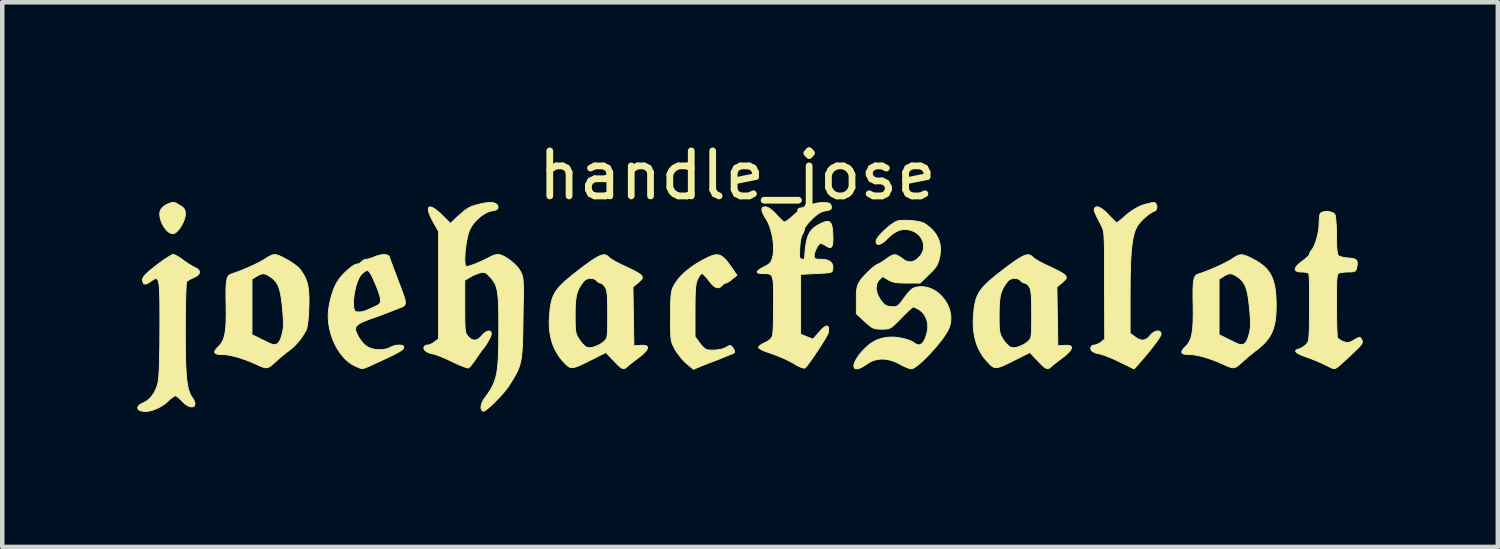
<source format=kicad_pcb>
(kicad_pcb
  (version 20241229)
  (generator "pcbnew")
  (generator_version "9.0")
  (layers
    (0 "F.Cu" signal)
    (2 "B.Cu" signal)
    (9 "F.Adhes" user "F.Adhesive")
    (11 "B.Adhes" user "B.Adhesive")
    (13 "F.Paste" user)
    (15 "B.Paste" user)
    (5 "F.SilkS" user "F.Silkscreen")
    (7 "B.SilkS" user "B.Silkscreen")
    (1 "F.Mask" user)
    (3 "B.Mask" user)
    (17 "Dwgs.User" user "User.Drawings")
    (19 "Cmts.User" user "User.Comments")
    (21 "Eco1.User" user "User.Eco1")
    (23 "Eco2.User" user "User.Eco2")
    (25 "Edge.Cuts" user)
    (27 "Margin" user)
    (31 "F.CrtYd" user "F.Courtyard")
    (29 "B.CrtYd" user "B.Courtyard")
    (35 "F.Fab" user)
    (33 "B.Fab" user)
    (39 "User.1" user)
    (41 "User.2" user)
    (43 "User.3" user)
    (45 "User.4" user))
  (footprint "handle_jose"
    (layer "F.Cu")
    (at 13.351 3.678)
    (property "Reference" "handle_jose" (at -0.02 -2.83 0) (unlocked yes) (layer "F.SilkS") (effects (font (size 1 1) (thickness 0.15))))
    (attr smd)
    (fp_poly (pts (xy -12.55 -2.231) (xy -12.543 -2.231) (xy -12.537 -2.23) (xy -12.53 -2.229) (xy -12.523 -2.227) (xy -12.516 -2.225) (xy -12.509 -2.222) (xy -12.501 -2.219) (xy -12.485 -2.212) (xy -12.468 -2.203) (xy -12.449 -2.192) (xy -12.428 -2.179) (xy -12.404 -2.164) (xy -12.386 -2.153) (xy -12.37 -2.143) (xy -12.355 -2.132) (xy -12.342 -2.123) (xy -12.331 -2.113) (xy -12.326 -2.108) (xy -12.321 -2.103) (xy -12.317 -2.098) (xy -12.313 -2.093) (xy -12.309 -2.087) (xy -12.306 -2.082) (xy -12.303 -2.076) (xy -12.3 -2.071) (xy -12.297 -2.065) (xy -12.295 -2.059) (xy -12.293 -2.052) (xy -12.291 -2.046) (xy -12.289 -2.032) (xy -12.286 -2.017) (xy -12.285 -2) (xy -12.284 -1.982) (xy -12.284 -1.963) (xy -12.285 -1.949) (xy -12.287 -1.934) (xy -12.289 -1.919) (xy -12.292 -1.903) (xy -12.296 -1.887) (xy -12.301 -1.87) (xy -12.312 -1.837) (xy -12.326 -1.803) (xy -12.341 -1.768) (xy -12.359 -1.735) (xy -12.378 -1.702) (xy -12.398 -1.671) (xy -12.419 -1.642) (xy -12.44 -1.616) (xy -12.451 -1.604) (xy -12.462 -1.592) (xy -12.473 -1.582) (xy -12.483 -1.572) (xy -12.494 -1.564) (xy -12.505 -1.557) (xy -12.515 -1.551) (xy -12.525 -1.546) (xy -12.535 -1.542) (xy -12.545 -1.54) (xy -12.561 -1.538) (xy -12.576 -1.538) (xy -12.592 -1.541) (xy -12.608 -1.546) (xy -12.624 -1.553) (xy -12.639 -1.562) (xy -12.655 -1.573) (xy -12.671 -1.585) (xy -12.686 -1.599) (xy -12.701 -1.614) (xy -12.73 -1.648) (xy -12.757 -1.687) (xy -12.782 -1.728) (xy -12.804 -1.772) (xy -12.822 -1.818) (xy -12.836 -1.863) (xy -12.846 -1.909) (xy -12.849 -1.931) (xy -12.851 -1.952) (xy -12.852 -1.973) (xy -12.851 -1.994) (xy -12.848 -2.013) (xy -12.844 -2.032) (xy -12.838 -2.049) (xy -12.831 -2.065) (xy -12.826 -2.074) (xy -12.82 -2.083) (xy -12.813 -2.092) (xy -12.805 -2.101) (xy -12.797 -2.11) (xy -12.788 -2.119) (xy -12.779 -2.128) (xy -12.769 -2.137) (xy -12.759 -2.145) (xy -12.748 -2.153) (xy -12.737 -2.161) (xy -12.726 -2.168) (xy -12.715 -2.175) (xy -12.704 -2.182) (xy -12.694 -2.187) (xy -12.683 -2.192) (xy -12.659 -2.202) (xy -12.638 -2.211) (xy -12.619 -2.218) (xy -12.602 -2.223) (xy -12.586 -2.228) (xy -12.578 -2.229) (xy -12.571 -2.23) (xy -12.564 -2.231) (xy -12.557 -2.231)) (stroke (width 0.02) (type solid)) (fill yes) (layer "F.SilkS"))
    (fp_poly (pts (xy 11.193 -1.067) (xy 11.205 -1.066) (xy 11.217 -1.064) (xy 11.243 -1.058) (xy 11.271 -1.049) (xy 11.301 -1.037) (xy 11.335 -1.023) (xy 11.372 -1.005) (xy 11.413 -0.985) (xy 11.458 -0.961) (xy 11.526 -0.923) (xy 11.587 -0.884) (xy 11.644 -0.843) (xy 11.694 -0.8) (xy 11.74 -0.754) (xy 11.78 -0.705) (xy 11.815 -0.652) (xy 11.846 -0.595) (xy 11.873 -0.534) (xy 11.895 -0.468) (xy 11.913 -0.396) (xy 11.928 -0.319) (xy 11.938 -0.235) (xy 11.946 -0.144) (xy 11.95 -0.047) (xy 11.952 0.059) (xy 11.95 0.152) (xy 11.947 0.239) (xy 11.94 0.32) (xy 11.931 0.395) (xy 11.925 0.431) (xy 11.918 0.466) (xy 11.91 0.5) (xy 11.901 0.533) (xy 11.892 0.564) (xy 11.881 0.595) (xy 11.87 0.625) (xy 11.857 0.654) (xy 11.844 0.683) (xy 11.829 0.711) (xy 11.813 0.738) (xy 11.796 0.765) (xy 11.778 0.791) (xy 11.759 0.817) (xy 11.738 0.842) (xy 11.717 0.868) (xy 11.693 0.893) (xy 11.669 0.918) (xy 11.616 0.967) (xy 11.558 1.017) (xy 11.493 1.067) (xy 11.458 1.094) (xy 11.421 1.124) (xy 11.383 1.155) (xy 11.344 1.187) (xy 11.306 1.219) (xy 11.271 1.25) (xy 11.239 1.278) (xy 11.211 1.304) (xy 11.148 1.36) (xy 11.122 1.382) (xy 11.098 1.401) (xy 11.087 1.409) (xy 11.076 1.416) (xy 11.066 1.422) (xy 11.056 1.427) (xy 11.046 1.432) (xy 11.036 1.435) (xy 11.026 1.438) (xy 11.015 1.44) (xy 11.005 1.441) (xy 10.995 1.442) (xy 10.984 1.441) (xy 10.973 1.44) (xy 10.961 1.438) (xy 10.949 1.435) (xy 10.936 1.432) (xy 10.923 1.427) (xy 10.893 1.417) (xy 10.86 1.403) (xy 10.78 1.367) (xy 10.724 1.342) (xy 10.669 1.318) (xy 10.614 1.296) (xy 10.56 1.275) (xy 10.506 1.256) (xy 10.454 1.238) (xy 10.403 1.221) (xy 10.353 1.206) (xy 10.305 1.193) (xy 10.258 1.182) (xy 10.213 1.172) (xy 10.17 1.163) (xy 10.129 1.157) (xy 10.09 1.152) (xy 10.053 1.15) (xy 10.018 1.149) (xy 9.985 1.148) (xy 9.97 1.147) (xy 9.956 1.146) (xy 9.943 1.145) (xy 9.93 1.143) (xy 9.919 1.141) (xy 9.908 1.139) (xy 9.899 1.136) (xy 9.89 1.134) (xy 9.883 1.13) (xy 9.876 1.127) (xy 9.87 1.123) (xy 9.865 1.119) (xy 9.861 1.114) (xy 9.858 1.109) (xy 9.856 1.104) (xy 9.854 1.098) (xy 9.854 1.092) (xy 9.855 1.086) (xy 9.856 1.079) (xy 9.858 1.072) (xy 9.862 1.064) (xy 9.866 1.056) (xy 9.871 1.048) (xy 9.877 1.039) (xy 9.883 1.03) (xy 9.891 1.021) (xy 9.899 1.011) (xy 9.909 1.001) (xy 9.93 0.979) (xy 9.957 0.952) (xy 9.982 0.923) (xy 10.004 0.892) (xy 10.023 0.858) (xy 10.041 0.821) (xy 10.056 0.78) (xy 10.068 0.735) (xy 10.074 0.708) (xy 10.682 0.708) (xy 10.805 0.768) (xy 10.832 0.782) (xy 10.863 0.797) (xy 10.929 0.829) (xy 11.056 0.891) (xy 11.085 0.904) (xy 11.112 0.915) (xy 11.125 0.919) (xy 11.137 0.922) (xy 11.149 0.925) (xy 11.161 0.926) (xy 11.172 0.927) (xy 11.183 0.928) (xy 11.193 0.927) (xy 11.203 0.926) (xy 11.212 0.923) (xy 11.222 0.92) (xy 11.23 0.916) (xy 11.239 0.911) (xy 11.247 0.906) (xy 11.255 0.899) (xy 11.263 0.891) (xy 11.271 0.883) (xy 11.278 0.874) (xy 11.285 0.863) (xy 11.292 0.852) (xy 11.299 0.84) (xy 11.305 0.826) (xy 11.312 0.812) (xy 11.324 0.78) (xy 11.336 0.744) (xy 11.348 0.704) (xy 11.361 0.652) (xy 11.371 0.6) (xy 11.374 0.573) (xy 11.377 0.545) (xy 11.379 0.516) (xy 11.38 0.485) (xy 11.38 0.415) (xy 11.376 0.333) (xy 11.369 0.236) (xy 11.359 0.122) (xy 11.351 0.042) (xy 11.342 -0.031) (xy 11.333 -0.098) (xy 11.323 -0.159) (xy 11.313 -0.214) (xy 11.307 -0.24) (xy 11.301 -0.265) (xy 11.294 -0.288) (xy 11.287 -0.311) (xy 11.28 -0.332) (xy 11.273 -0.352) (xy 11.265 -0.372) (xy 11.256 -0.39) (xy 11.247 -0.408) (xy 11.238 -0.425) (xy 11.228 -0.441) (xy 11.218 -0.456) (xy 11.207 -0.471) (xy 11.195 -0.485) (xy 11.183 -0.499) (xy 11.171 -0.512) (xy 11.157 -0.525) (xy 11.143 -0.537) (xy 11.129 -0.549) (xy 11.113 -0.561) (xy 11.097 -0.572) (xy 11.08 -0.584) (xy 11.059 -0.598) (xy 11.038 -0.61) (xy 11.019 -0.621) (xy 11 -0.629) (xy 10.991 -0.633) (xy 10.982 -0.636) (xy 10.974 -0.639) (xy 10.965 -0.641) (xy 10.957 -0.642) (xy 10.948 -0.644) (xy 10.94 -0.644) (xy 10.932 -0.645) (xy 10.923 -0.645) (xy 10.915 -0.644) (xy 10.906 -0.643) (xy 10.898 -0.641) (xy 10.889 -0.639) (xy 10.881 -0.637) (xy 10.872 -0.634) (xy 10.863 -0.631) (xy 10.844 -0.622) (xy 10.824 -0.612) (xy 10.803 -0.601) (xy 10.78 -0.587) (xy 10.682 -0.527) (xy 10.682 0.708) (xy 10.074 0.708) (xy 10.079 0.685) (xy 10.088 0.63) (xy 10.095 0.569) (xy 10.101 0.502) (xy 10.105 0.428) (xy 10.108 0.258) (xy 10.107 0.055) (xy 10.104 -0.041) (xy 10.103 -0.128) (xy 10.103 -0.206) (xy 10.103 -0.276) (xy 10.104 -0.308) (xy 10.105 -0.338) (xy 10.106 -0.366) (xy 10.108 -0.393) (xy 10.11 -0.417) (xy 10.112 -0.44) (xy 10.114 -0.461) (xy 10.117 -0.481) (xy 10.12 -0.499) (xy 10.124 -0.516) (xy 10.128 -0.532) (xy 10.132 -0.546) (xy 10.136 -0.559) (xy 10.141 -0.571) (xy 10.147 -0.581) (xy 10.152 -0.591) (xy 10.158 -0.599) (xy 10.165 -0.607) (xy 10.172 -0.614) (xy 10.179 -0.62) (xy 10.187 -0.625) (xy 10.195 -0.629) (xy 10.203 -0.633) (xy 10.212 -0.636) (xy 10.316 -0.672) (xy 10.424 -0.712) (xy 10.535 -0.758) (xy 10.644 -0.805) (xy 10.749 -0.854) (xy 10.845 -0.903) (xy 10.93 -0.949) (xy 10.966 -0.972) (xy 10.999 -0.993) (xy 11.028 -1.011) (xy 11.054 -1.027) (xy 11.079 -1.041) (xy 11.102 -1.051) (xy 11.125 -1.059) (xy 11.136 -1.062) (xy 11.147 -1.065) (xy 11.158 -1.066) (xy 11.17 -1.067) (xy 11.181 -1.067)) (stroke (width 0.02) (type solid)) (fill yes) (layer "F.SilkS"))
    (fp_poly (pts (xy -10.291 -1.073) (xy -10.278 -1.071) (xy -10.249 -1.064) (xy -10.216 -1.053) (xy -10.179 -1.038) (xy -10.138 -1.02) (xy -10.096 -0.999) (xy -10.052 -0.975) (xy -10.008 -0.95) (xy -9.964 -0.924) (xy -9.922 -0.897) (xy -9.881 -0.869) (xy -9.843 -0.842) (xy -9.808 -0.815) (xy -9.778 -0.789) (xy -9.753 -0.765) (xy -9.734 -0.742) (xy -9.703 -0.701) (xy -9.676 -0.66) (xy -9.651 -0.62) (xy -9.629 -0.579) (xy -9.61 -0.537) (xy -9.593 -0.493) (xy -9.579 -0.448) (xy -9.566 -0.401) (xy -9.556 -0.351) (xy -9.549 -0.298) (xy -9.543 -0.241) (xy -9.539 -0.18) (xy -9.536 -0.114) (xy -9.536 -0.043) (xy -9.537 0.033) (xy -9.54 0.115) (xy -9.544 0.211) (xy -9.55 0.299) (xy -9.556 0.378) (xy -9.56 0.413) (xy -9.564 0.447) (xy -9.568 0.477) (xy -9.573 0.506) (xy -9.578 0.531) (xy -9.583 0.555) (xy -9.588 0.575) (xy -9.594 0.593) (xy -9.6 0.607) (xy -9.607 0.619) (xy -9.627 0.655) (xy -9.647 0.688) (xy -9.667 0.721) (xy -9.688 0.752) (xy -9.709 0.783) (xy -9.731 0.812) (xy -9.753 0.841) (xy -9.775 0.868) (xy -9.799 0.895) (xy -9.823 0.921) (xy -9.847 0.946) (xy -9.873 0.971) (xy -9.899 0.995) (xy -9.927 1.018) (xy -9.955 1.041) (xy -9.984 1.064) (xy -10.02 1.091) (xy -10.059 1.121) (xy -10.098 1.153) (xy -10.138 1.185) (xy -10.177 1.218) (xy -10.213 1.249) (xy -10.245 1.278) (xy -10.273 1.304) (xy -10.336 1.36) (xy -10.362 1.382) (xy -10.386 1.401) (xy -10.397 1.409) (xy -10.408 1.416) (xy -10.418 1.422) (xy -10.428 1.427) (xy -10.439 1.432) (xy -10.449 1.435) (xy -10.459 1.438) (xy -10.469 1.44) (xy -10.479 1.441) (xy -10.489 1.442) (xy -10.5 1.441) (xy -10.511 1.44) (xy -10.523 1.438) (xy -10.535 1.435) (xy -10.548 1.432) (xy -10.562 1.427) (xy -10.591 1.417) (xy -10.624 1.403) (xy -10.704 1.367) (xy -10.76 1.342) (xy -10.815 1.318) (xy -10.87 1.296) (xy -10.924 1.275) (xy -10.978 1.256) (xy -11.03 1.238) (xy -11.081 1.221) (xy -11.131 1.206) (xy -11.179 1.193) (xy -11.226 1.182) (xy -11.271 1.172) (xy -11.314 1.163) (xy -11.356 1.157) (xy -11.395 1.152) (xy -11.431 1.15) (xy -11.466 1.149) (xy -11.499 1.148) (xy -11.514 1.147) (xy -11.528 1.146) (xy -11.542 1.145) (xy -11.554 1.143) (xy -11.565 1.141) (xy -11.576 1.139) (xy -11.585 1.136) (xy -11.594 1.134) (xy -11.602 1.13) (xy -11.608 1.127) (xy -11.614 1.123) (xy -11.619 1.119) (xy -11.623 1.114) (xy -11.626 1.109) (xy -11.628 1.104) (xy -11.63 1.098) (xy -11.63 1.092) (xy -11.63 1.086) (xy -11.628 1.079) (xy -11.626 1.072) (xy -11.623 1.064) (xy -11.619 1.056) (xy -11.614 1.048) (xy -11.608 1.039) (xy -11.601 1.03) (xy -11.593 1.021) (xy -11.585 1.011) (xy -11.575 1.001) (xy -11.554 0.979) (xy -11.527 0.952) (xy -11.502 0.923) (xy -11.48 0.892) (xy -11.461 0.858) (xy -11.444 0.821) (xy -11.429 0.78) (xy -11.416 0.735) (xy -11.41 0.708) (xy -10.803 0.708) (xy -10.679 0.768) (xy -10.652 0.782) (xy -10.622 0.797) (xy -10.555 0.829) (xy -10.429 0.891) (xy -10.399 0.904) (xy -10.372 0.915) (xy -10.359 0.919) (xy -10.347 0.922) (xy -10.335 0.925) (xy -10.323 0.926) (xy -10.312 0.927) (xy -10.302 0.928) (xy -10.291 0.927) (xy -10.281 0.926) (xy -10.272 0.923) (xy -10.263 0.92) (xy -10.254 0.916) (xy -10.245 0.911) (xy -10.237 0.906) (xy -10.229 0.899) (xy -10.221 0.891) (xy -10.214 0.883) (xy -10.206 0.874) (xy -10.199 0.863) (xy -10.192 0.852) (xy -10.185 0.84) (xy -10.179 0.826) (xy -10.172 0.812) (xy -10.16 0.78) (xy -10.148 0.744) (xy -10.136 0.704) (xy -10.123 0.652) (xy -10.113 0.6) (xy -10.11 0.573) (xy -10.107 0.545) (xy -10.105 0.516) (xy -10.104 0.485) (xy -10.104 0.415) (xy -10.108 0.333) (xy -10.115 0.236) (xy -10.125 0.122) (xy -10.133 0.042) (xy -10.142 -0.031) (xy -10.151 -0.098) (xy -10.161 -0.159) (xy -10.172 -0.214) (xy -10.177 -0.24) (xy -10.184 -0.265) (xy -10.19 -0.288) (xy -10.197 -0.311) (xy -10.204 -0.332) (xy -10.212 -0.352) (xy -10.22 -0.372) (xy -10.228 -0.39) (xy -10.237 -0.408) (xy -10.246 -0.425) (xy -10.256 -0.441) (xy -10.266 -0.456) (xy -10.277 -0.471) (xy -10.289 -0.485) (xy -10.301 -0.499) (xy -10.314 -0.512) (xy -10.327 -0.525) (xy -10.341 -0.537) (xy -10.356 -0.549) (xy -10.371 -0.561) (xy -10.387 -0.572) (xy -10.404 -0.584) (xy -10.426 -0.598) (xy -10.446 -0.61) (xy -10.465 -0.621) (xy -10.484 -0.629) (xy -10.493 -0.633) (xy -10.502 -0.636) (xy -10.51 -0.639) (xy -10.519 -0.641) (xy -10.527 -0.642) (xy -10.536 -0.644) (xy -10.544 -0.644) (xy -10.552 -0.645) (xy -10.561 -0.645) (xy -10.569 -0.644) (xy -10.578 -0.643) (xy -10.586 -0.641) (xy -10.595 -0.639) (xy -10.604 -0.637) (xy -10.613 -0.634) (xy -10.622 -0.631) (xy -10.64 -0.622) (xy -10.66 -0.612) (xy -10.681 -0.601) (xy -10.704 -0.587) (xy -10.803 -0.527) (xy -10.803 0.708) (xy -11.41 0.708) (xy -11.405 0.685) (xy -11.396 0.63) (xy -11.389 0.569) (xy -11.383 0.502) (xy -11.379 0.428) (xy -11.376 0.258) (xy -11.378 0.055) (xy -11.38 -0.041) (xy -11.381 -0.128) (xy -11.381 -0.206) (xy -11.381 -0.276) (xy -11.38 -0.308) (xy -11.379 -0.338) (xy -11.378 -0.366) (xy -11.376 -0.393) (xy -11.374 -0.417) (xy -11.372 -0.44) (xy -11.37 -0.461) (xy -11.367 -0.481) (xy -11.364 -0.499) (xy -11.36 -0.516) (xy -11.356 -0.532) (xy -11.352 -0.546) (xy -11.348 -0.559) (xy -11.343 -0.571) (xy -11.338 -0.581) (xy -11.332 -0.591) (xy -11.326 -0.599) (xy -11.319 -0.607) (xy -11.312 -0.614) (xy -11.305 -0.62) (xy -11.297 -0.625) (xy -11.289 -0.629) (xy -11.281 -0.633) (xy -11.272 -0.636) (xy -11.169 -0.672) (xy -11.06 -0.712) (xy -10.949 -0.758) (xy -10.84 -0.805) (xy -10.735 -0.854) (xy -10.639 -0.903) (xy -10.555 -0.949) (xy -10.518 -0.972) (xy -10.485 -0.993) (xy -10.472 -1.001) (xy -10.459 -1.009) (xy -10.446 -1.017) (xy -10.433 -1.025) (xy -10.419 -1.032) (xy -10.406 -1.039) (xy -10.393 -1.045) (xy -10.38 -1.05) (xy -10.368 -1.056) (xy -10.356 -1.06) (xy -10.345 -1.064) (xy -10.334 -1.068) (xy -10.325 -1.07) (xy -10.316 -1.072) (xy -10.308 -1.073) (xy -10.302 -1.074)) (stroke (width 0.02) (type solid)) (fill yes) (layer "F.SilkS"))
    (fp_poly (pts (xy -0.455 -1.067) (xy -0.439 -1.065) (xy -0.424 -1.061) (xy -0.409 -1.056) (xy -0.394 -1.05) (xy -0.379 -1.042) (xy -0.364 -1.033) (xy -0.349 -1.022) (xy -0.333 -1.01) (xy -0.318 -0.997) (xy -0.302 -0.982) (xy -0.286 -0.966) (xy -0.27 -0.948) (xy -0.236 -0.907) (xy -0.2 -0.86) (xy -0.162 -0.806) (xy -0.12 -0.746) (xy -0.029 -0.612) (xy -0.135 -0.527) (xy -0.145 -0.518) (xy -0.156 -0.509) (xy -0.167 -0.501) (xy -0.177 -0.493) (xy -0.188 -0.485) (xy -0.198 -0.478) (xy -0.208 -0.472) (xy -0.218 -0.466) (xy -0.228 -0.46) (xy -0.237 -0.455) (xy -0.245 -0.451) (xy -0.253 -0.447) (xy -0.26 -0.444) (xy -0.266 -0.442) (xy -0.271 -0.44) (xy -0.276 -0.439) (xy -0.278 -0.439) (xy -0.28 -0.439) (xy -0.284 -0.438) (xy -0.289 -0.436) (xy -0.294 -0.435) (xy -0.3 -0.432) (xy -0.305 -0.43) (xy -0.311 -0.426) (xy -0.317 -0.423) (xy -0.322 -0.419) (xy -0.328 -0.415) (xy -0.334 -0.411) (xy -0.34 -0.406) (xy -0.345 -0.401) (xy -0.35 -0.396) (xy -0.355 -0.391) (xy -0.36 -0.386) (xy -0.368 -0.378) (xy -0.375 -0.37) (xy -0.382 -0.363) (xy -0.39 -0.357) (xy -0.398 -0.352) (xy -0.406 -0.347) (xy -0.413 -0.344) (xy -0.421 -0.34) (xy -0.429 -0.338) (xy -0.438 -0.336) (xy -0.446 -0.336) (xy -0.454 -0.335) (xy -0.463 -0.336) (xy -0.471 -0.337) (xy -0.48 -0.339) (xy -0.489 -0.342) (xy -0.498 -0.346) (xy -0.507 -0.35) (xy -0.516 -0.355) (xy -0.526 -0.361) (xy -0.535 -0.368) (xy -0.545 -0.375) (xy -0.555 -0.383) (xy -0.565 -0.392) (xy -0.575 -0.402) (xy -0.585 -0.413) (xy -0.606 -0.436) (xy -0.627 -0.462) (xy -0.65 -0.492) (xy -0.662 -0.507) (xy -0.674 -0.523) (xy -0.686 -0.538) (xy -0.698 -0.552) (xy -0.709 -0.565) (xy -0.721 -0.578) (xy -0.732 -0.59) (xy -0.743 -0.602) (xy -0.753 -0.612) (xy -0.763 -0.621) (xy -0.772 -0.629) (xy -0.781 -0.636) (xy -0.788 -0.642) (xy -0.795 -0.646) (xy -0.798 -0.648) (xy -0.8 -0.649) (xy -0.803 -0.65) (xy -0.805 -0.651) (xy -0.807 -0.65) (xy -0.809 -0.65) (xy -0.814 -0.648) (xy -0.819 -0.645) (xy -0.824 -0.641) (xy -0.83 -0.635) (xy -0.836 -0.629) (xy -0.842 -0.622) (xy -0.848 -0.614) (xy -0.855 -0.605) (xy -0.862 -0.596) (xy -0.868 -0.585) (xy -0.875 -0.575) (xy -0.881 -0.563) (xy -0.888 -0.552) (xy -0.894 -0.539) (xy -0.9 -0.527) (xy -0.909 -0.507) (xy -0.917 -0.487) (xy -0.924 -0.464) (xy -0.93 -0.44) (xy -0.936 -0.413) (xy -0.941 -0.384) (xy -0.949 -0.314) (xy -0.954 -0.226) (xy -0.958 -0.118) (xy -0.959 0.014) (xy -0.96 0.175) (xy -0.96 0.75) (xy -0.854 0.895) (xy -0.842 0.911) (xy -0.829 0.927) (xy -0.816 0.943) (xy -0.804 0.957) (xy -0.791 0.97) (xy -0.779 0.983) (xy -0.766 0.994) (xy -0.754 1.005) (xy -0.742 1.014) (xy -0.73 1.023) (xy -0.719 1.03) (xy -0.708 1.036) (xy -0.702 1.038) (xy -0.697 1.04) (xy -0.692 1.042) (xy -0.687 1.044) (xy -0.682 1.045) (xy -0.677 1.046) (xy -0.672 1.046) (xy -0.667 1.046) (xy -0.635 1.049) (xy -0.603 1.05) (xy -0.572 1.05) (xy -0.542 1.05) (xy -0.512 1.049) (xy -0.483 1.046) (xy -0.455 1.043) (xy -0.428 1.04) (xy -0.402 1.035) (xy -0.378 1.03) (xy -0.354 1.024) (xy -0.332 1.017) (xy -0.311 1.01) (xy -0.292 1.001) (xy -0.274 0.992) (xy -0.258 0.983) (xy -0.244 0.974) (xy -0.232 0.967) (xy -0.221 0.96) (xy -0.216 0.958) (xy -0.211 0.955) (xy -0.206 0.953) (xy -0.202 0.951) (xy -0.198 0.95) (xy -0.194 0.949) (xy -0.19 0.948) (xy -0.186 0.947) (xy -0.182 0.947) (xy -0.179 0.947) (xy -0.176 0.948) (xy -0.172 0.948) (xy -0.169 0.949) (xy -0.166 0.951) (xy -0.163 0.952) (xy -0.16 0.954) (xy -0.157 0.957) (xy -0.153 0.96) (xy -0.15 0.963) (xy -0.147 0.966) (xy -0.143 0.97) (xy -0.14 0.974) (xy -0.132 0.983) (xy -0.124 0.993) (xy -0.113 1.009) (xy -0.109 1.016) (xy -0.104 1.023) (xy -0.1 1.03) (xy -0.097 1.036) (xy -0.094 1.042) (xy -0.091 1.048) (xy -0.088 1.054) (xy -0.086 1.059) (xy -0.085 1.065) (xy -0.083 1.07) (xy -0.083 1.075) (xy -0.082 1.079) (xy -0.082 1.084) (xy -0.082 1.088) (xy -0.083 1.092) (xy -0.084 1.096) (xy -0.085 1.099) (xy -0.087 1.103) (xy -0.089 1.106) (xy -0.091 1.109) (xy -0.094 1.113) (xy -0.098 1.115) (xy -0.101 1.118) (xy -0.105 1.121) (xy -0.11 1.123) (xy -0.115 1.126) (xy -0.12 1.128) (xy -0.126 1.13) (xy -0.132 1.133) (xy -0.138 1.135) (xy -0.153 1.139) (xy -0.171 1.146) (xy -0.191 1.154) (xy -0.213 1.163) (xy -0.307 1.202) (xy -0.359 1.223) (xy -0.423 1.25) (xy -0.491 1.276) (xy -0.554 1.3) (xy -0.621 1.325) (xy -0.698 1.355) (xy -0.844 1.413) (xy -0.995 1.477) (xy -1.143 1.353) (xy -1.16 1.339) (xy -1.176 1.324) (xy -1.194 1.307) (xy -1.211 1.289) (xy -1.229 1.27) (xy -1.246 1.25) (xy -1.281 1.208) (xy -1.315 1.165) (xy -1.347 1.122) (xy -1.362 1.1) (xy -1.376 1.079) (xy -1.389 1.059) (xy -1.401 1.039) (xy -1.435 0.976) (xy -1.449 0.948) (xy -1.461 0.921) (xy -1.471 0.894) (xy -1.479 0.866) (xy -1.486 0.836) (xy -1.492 0.803) (xy -1.496 0.766) (xy -1.499 0.723) (xy -1.503 0.619) (xy -1.504 0.481) (xy -1.503 0.302) (xy -1.503 0.135) (xy -1.502 0.065) (xy -1.501 0.002) (xy -1.499 -0.053) (xy -1.497 -0.101) (xy -1.494 -0.144) (xy -1.491 -0.181) (xy -1.487 -0.215) (xy -1.481 -0.244) (xy -1.478 -0.258) (xy -1.475 -0.271) (xy -1.471 -0.284) (xy -1.468 -0.296) (xy -1.459 -0.32) (xy -1.449 -0.343) (xy -1.438 -0.366) (xy -1.426 -0.389) (xy -1.401 -0.432) (xy -1.373 -0.474) (xy -1.341 -0.516) (xy -1.307 -0.557) (xy -1.269 -0.599) (xy -1.229 -0.639) (xy -1.185 -0.68) (xy -1.139 -0.719) (xy -1.09 -0.758) (xy -1.038 -0.797) (xy -0.984 -0.834) (xy -0.928 -0.871) (xy -0.869 -0.906) (xy -0.807 -0.941) (xy -0.744 -0.974) (xy -0.678 -1.007) (xy -0.634 -1.027) (xy -0.593 -1.044) (xy -0.574 -1.051) (xy -0.556 -1.057) (xy -0.538 -1.061) (xy -0.52 -1.065) (xy -0.503 -1.067) (xy -0.487 -1.068) (xy -0.471 -1.068)) (stroke (width 0.02) (type solid)) (fill yes) (layer "F.SilkS"))
    (fp_poly (pts (xy -12.548 -1.073) (xy -12.54 -1.071) (xy -12.529 -1.068) (xy -12.518 -1.064) (xy -12.506 -1.059) (xy -12.492 -1.052) (xy -12.478 -1.045) (xy -12.463 -1.037) (xy -12.448 -1.028) (xy -12.432 -1.019) (xy -12.416 -1.009) (xy -12.399 -0.998) (xy -12.382 -0.987) (xy -12.366 -0.975) (xy -12.35 -0.963) (xy -12.334 -0.95) (xy -12.299 -0.925) (xy -12.263 -0.9) (xy -12.226 -0.875) (xy -12.189 -0.852) (xy -12.154 -0.83) (xy -12.122 -0.811) (xy -12.093 -0.796) (xy -12.08 -0.79) (xy -12.069 -0.785) (xy -12.056 -0.779) (xy -12.044 -0.772) (xy -12.033 -0.766) (xy -12.023 -0.76) (xy -12.014 -0.753) (xy -12.006 -0.746) (xy -11.998 -0.739) (xy -11.992 -0.732) (xy -11.986 -0.725) (xy -11.981 -0.718) (xy -11.977 -0.711) (xy -11.974 -0.704) (xy -11.972 -0.697) (xy -11.971 -0.689) (xy -11.97 -0.682) (xy -11.971 -0.675) (xy -11.972 -0.667) (xy -11.974 -0.66) (xy -11.977 -0.653) (xy -11.981 -0.645) (xy -11.986 -0.638) (xy -11.992 -0.631) (xy -11.998 -0.624) (xy -12.006 -0.616) (xy -12.014 -0.609) (xy -12.024 -0.602) (xy -12.034 -0.595) (xy -12.045 -0.589) (xy -12.056 -0.582) (xy -12.069 -0.575) (xy -12.083 -0.569) (xy -12.097 -0.562) (xy -12.111 -0.556) (xy -12.125 -0.55) (xy -12.138 -0.544) (xy -12.151 -0.537) (xy -12.164 -0.53) (xy -12.176 -0.524) (xy -12.188 -0.517) (xy -12.199 -0.51) (xy -12.209 -0.504) (xy -12.219 -0.497) (xy -12.228 -0.491) (xy -12.236 -0.485) (xy -12.242 -0.479) (xy -12.248 -0.474) (xy -12.251 -0.471) (xy -12.253 -0.468) (xy -12.254 -0.466) (xy -12.256 -0.464) (xy -12.261 -0.434) (xy -12.266 -0.366) (xy -12.275 -0.132) (xy -12.282 0.202) (xy -12.284 0.602) (xy -12.283 0.963) (xy -12.281 1.118) (xy -12.278 1.258) (xy -12.274 1.383) (xy -12.268 1.495) (xy -12.262 1.595) (xy -12.254 1.684) (xy -12.244 1.762) (xy -12.233 1.831) (xy -12.22 1.892) (xy -12.205 1.946) (xy -12.197 1.97) (xy -12.189 1.994) (xy -12.179 2.016) (xy -12.17 2.037) (xy -12.149 2.076) (xy -12.125 2.112) (xy -12.112 2.131) (xy -12.101 2.15) (xy -12.091 2.168) (xy -12.084 2.185) (xy -12.078 2.201) (xy -12.074 2.216) (xy -12.071 2.23) (xy -12.07 2.243) (xy -12.071 2.255) (xy -12.073 2.266) (xy -12.076 2.275) (xy -12.081 2.284) (xy -12.087 2.291) (xy -12.094 2.298) (xy -12.102 2.303) (xy -12.111 2.307) (xy -12.122 2.309) (xy -12.133 2.311) (xy -12.145 2.311) (xy -12.158 2.31) (xy -12.171 2.307) (xy -12.185 2.304) (xy -12.2 2.299) (xy -12.216 2.292) (xy -12.232 2.284) (xy -12.248 2.275) (xy -12.265 2.265) (xy -12.282 2.253) (xy -12.299 2.239) (xy -12.316 2.224) (xy -12.334 2.207) (xy -12.351 2.189) (xy -12.363 2.177) (xy -12.374 2.165) (xy -12.386 2.153) (xy -12.397 2.142) (xy -12.409 2.131) (xy -12.42 2.121) (xy -12.431 2.111) (xy -12.442 2.102) (xy -12.452 2.094) (xy -12.462 2.087) (xy -12.472 2.081) (xy -12.48 2.076) (xy -12.488 2.072) (xy -12.495 2.068) (xy -12.498 2.067) (xy -12.501 2.067) (xy -12.504 2.066) (xy -12.506 2.066) (xy -12.509 2.066) (xy -12.512 2.066) (xy -12.518 2.068) (xy -12.524 2.071) (xy -12.532 2.075) (xy -12.54 2.079) (xy -12.549 2.085) (xy -12.559 2.091) (xy -12.569 2.098) (xy -12.579 2.106) (xy -12.59 2.114) (xy -12.601 2.123) (xy -12.613 2.133) (xy -12.624 2.143) (xy -12.635 2.153) (xy -12.647 2.164) (xy -12.658 2.175) (xy -12.685 2.201) (xy -12.713 2.225) (xy -12.744 2.249) (xy -12.777 2.272) (xy -12.812 2.294) (xy -12.847 2.314) (xy -12.883 2.333) (xy -12.92 2.35) (xy -12.958 2.366) (xy -12.995 2.379) (xy -13.032 2.391) (xy -13.068 2.4) (xy -13.104 2.407) (xy -13.138 2.411) (xy -13.171 2.413) (xy -13.201 2.412) (xy -13.217 2.41) (xy -13.233 2.408) (xy -13.247 2.405) (xy -13.26 2.402) (xy -13.272 2.399) (xy -13.283 2.395) (xy -13.293 2.391) (xy -13.302 2.386) (xy -13.311 2.381) (xy -13.318 2.375) (xy -13.324 2.37) (xy -13.329 2.364) (xy -13.334 2.358) (xy -13.337 2.351) (xy -13.339 2.345) (xy -13.34 2.338) (xy -13.341 2.331) (xy -13.34 2.324) (xy -13.338 2.317) (xy -13.335 2.31) (xy -13.331 2.302) (xy -13.327 2.295) (xy -13.321 2.287) (xy -13.314 2.28) (xy -13.306 2.273) (xy -13.297 2.266) (xy -13.287 2.258) (xy -13.276 2.251) (xy -13.265 2.244) (xy -13.252 2.238) (xy -13.238 2.231) (xy -13.223 2.225) (xy -13.193 2.21) (xy -13.164 2.194) (xy -13.136 2.175) (xy -13.109 2.154) (xy -13.083 2.131) (xy -13.058 2.106) (xy -13.035 2.079) (xy -13.013 2.05) (xy -12.992 2.019) (xy -12.972 1.986) (xy -12.954 1.952) (xy -12.938 1.916) (xy -12.923 1.878) (xy -12.909 1.839) (xy -12.898 1.798) (xy -12.887 1.755) (xy -12.879 1.696) (xy -12.871 1.604) (xy -12.864 1.483) (xy -12.859 1.336) (xy -12.851 0.972) (xy -12.849 0.535) (xy -12.849 0.157) (xy -12.85 0.005) (xy -12.852 -0.126) (xy -12.854 -0.183) (xy -12.856 -0.235) (xy -12.858 -0.283) (xy -12.861 -0.326) (xy -12.864 -0.364) (xy -12.867 -0.398) (xy -12.872 -0.428) (xy -12.876 -0.453) (xy -12.882 -0.475) (xy -12.885 -0.485) (xy -12.888 -0.494) (xy -12.891 -0.502) (xy -12.894 -0.509) (xy -12.898 -0.515) (xy -12.902 -0.521) (xy -12.906 -0.525) (xy -12.91 -0.529) (xy -12.914 -0.532) (xy -12.919 -0.535) (xy -12.924 -0.537) (xy -12.929 -0.538) (xy -12.934 -0.538) (xy -12.939 -0.538) (xy -12.945 -0.538) (xy -12.951 -0.536) (xy -12.957 -0.534) (xy -12.963 -0.532) (xy -12.977 -0.526) (xy -12.991 -0.518) (xy -13.007 -0.508) (xy -13.024 -0.497) (xy -13.06 -0.471) (xy -13.071 -0.463) (xy -13.081 -0.456) (xy -13.091 -0.449) (xy -13.1 -0.444) (xy -13.11 -0.438) (xy -13.118 -0.434) (xy -13.127 -0.43) (xy -13.135 -0.426) (xy -13.143 -0.423) (xy -13.151 -0.421) (xy -13.158 -0.419) (xy -13.166 -0.418) (xy -13.172 -0.418) (xy -13.179 -0.418) (xy -13.185 -0.419) (xy -13.19 -0.42) (xy -13.196 -0.422) (xy -13.201 -0.424) (xy -13.205 -0.427) (xy -13.21 -0.431) (xy -13.214 -0.435) (xy -13.217 -0.44) (xy -13.221 -0.445) (xy -13.223 -0.451) (xy -13.226 -0.458) (xy -13.228 -0.465) (xy -13.23 -0.473) (xy -13.231 -0.481) (xy -13.232 -0.49) (xy -13.233 -0.499) (xy -13.233 -0.509) (xy -13.233 -0.52) (xy -13.232 -0.531) (xy -13.229 -0.543) (xy -13.223 -0.556) (xy -13.215 -0.57) (xy -13.205 -0.584) (xy -13.193 -0.6) (xy -13.178 -0.618) (xy -13.16 -0.636) (xy -13.14 -0.656) (xy -13.118 -0.677) (xy -13.093 -0.699) (xy -13.065 -0.723) (xy -13.001 -0.775) (xy -12.926 -0.834) (xy -12.863 -0.882) (xy -12.802 -0.926) (xy -12.744 -0.966) (xy -12.691 -1.002) (xy -12.666 -1.017) (xy -12.644 -1.031) (xy -12.623 -1.043) (xy -12.605 -1.053) (xy -12.589 -1.062) (xy -12.575 -1.068) (xy -12.564 -1.072) (xy -12.559 -1.073) (xy -12.556 -1.074)) (stroke (width 0.02) (type solid)) (fill yes) (layer "F.SilkS"))
    (fp_poly (pts (xy 9.235 -2.227) (xy 9.243 -2.226) (xy 9.25 -2.224) (xy 9.256 -2.221) (xy 9.262 -2.217) (xy 9.268 -2.213) (xy 9.273 -2.208) (xy 9.278 -2.203) (xy 9.282 -2.197) (xy 9.286 -2.191) (xy 9.289 -2.184) (xy 9.292 -2.177) (xy 9.295 -2.17) (xy 9.297 -2.162) (xy 9.298 -2.155) (xy 9.299 -2.147) (xy 9.3 -2.139) (xy 9.3 -2.131) (xy 9.3 -2.123) (xy 9.299 -2.115) (xy 9.298 -2.107) (xy 9.296 -2.099) (xy 9.294 -2.092) (xy 9.291 -2.084) (xy 9.288 -2.077) (xy 9.285 -2.07) (xy 9.281 -2.064) (xy 9.276 -2.058) (xy 9.271 -2.053) (xy 9.265 -2.048) (xy 9.259 -2.044) (xy 9.253 -2.04) (xy 9.246 -2.037) (xy 9.222 -2.027) (xy 9.196 -2.014) (xy 9.169 -1.998) (xy 9.141 -1.979) (xy 9.112 -1.959) (xy 9.083 -1.936) (xy 9.054 -1.913) (xy 9.026 -1.887) (xy 8.998 -1.861) (xy 8.971 -1.835) (xy 8.946 -1.808) (xy 8.922 -1.78) (xy 8.9 -1.754) (xy 8.881 -1.727) (xy 8.864 -1.702) (xy 8.851 -1.677) (xy 8.831 -1.636) (xy 8.813 -1.59) (xy 8.797 -1.539) (xy 8.782 -1.483) (xy 8.769 -1.421) (xy 8.757 -1.351) (xy 8.737 -1.191) (xy 8.723 -0.998) (xy 8.713 -0.768) (xy 8.708 -0.497) (xy 8.706 -0.181) (xy 8.706 0.676) (xy 8.812 0.754) (xy 8.838 0.772) (xy 8.85 0.78) (xy 8.863 0.788) (xy 8.875 0.795) (xy 8.887 0.801) (xy 8.899 0.807) (xy 8.91 0.812) (xy 8.921 0.816) (xy 8.933 0.819) (xy 8.944 0.822) (xy 8.954 0.824) (xy 8.965 0.826) (xy 8.976 0.827) (xy 8.986 0.827) (xy 8.996 0.826) (xy 9.006 0.825) (xy 9.017 0.823) (xy 9.027 0.82) (xy 9.037 0.817) (xy 9.046 0.813) (xy 9.056 0.808) (xy 9.066 0.803) (xy 9.076 0.797) (xy 9.086 0.79) (xy 9.095 0.782) (xy 9.105 0.774) (xy 9.115 0.765) (xy 9.125 0.755) (xy 9.134 0.745) (xy 9.144 0.734) (xy 9.154 0.722) (xy 9.164 0.711) (xy 9.173 0.701) (xy 9.183 0.692) (xy 9.193 0.683) (xy 9.203 0.675) (xy 9.213 0.667) (xy 9.223 0.66) (xy 9.233 0.654) (xy 9.243 0.648) (xy 9.254 0.643) (xy 9.264 0.639) (xy 9.273 0.635) (xy 9.283 0.632) (xy 9.293 0.629) (xy 9.302 0.627) (xy 9.311 0.626) (xy 9.32 0.626) (xy 9.328 0.626) (xy 9.336 0.626) (xy 9.344 0.628) (xy 9.351 0.63) (xy 9.358 0.632) (xy 9.365 0.636) (xy 9.37 0.64) (xy 9.376 0.645) (xy 9.38 0.65) (xy 9.384 0.656) (xy 9.388 0.663) (xy 9.39 0.67) (xy 9.392 0.679) (xy 9.394 0.688) (xy 9.394 0.697) (xy 9.391 0.71) (xy 9.384 0.728) (xy 9.371 0.752) (xy 9.354 0.78) (xy 9.308 0.849) (xy 9.246 0.932) (xy 9.173 1.027) (xy 9.089 1.13) (xy 8.997 1.239) (xy 8.9 1.35) (xy 8.794 1.47) (xy 8.477 1.314) (xy 8.41 1.282) (xy 8.343 1.251) (xy 8.275 1.221) (xy 8.21 1.195) (xy 8.149 1.172) (xy 8.094 1.153) (xy 8.069 1.146) (xy 8.047 1.139) (xy 8.028 1.134) (xy 8.011 1.131) (xy 7.998 1.129) (xy 7.986 1.126) (xy 7.974 1.124) (xy 7.963 1.121) (xy 7.952 1.118) (xy 7.941 1.114) (xy 7.931 1.111) (xy 7.921 1.107) (xy 7.911 1.103) (xy 7.902 1.098) (xy 7.894 1.094) (xy 7.886 1.089) (xy 7.879 1.084) (xy 7.872 1.079) (xy 7.865 1.074) (xy 7.859 1.068) (xy 7.854 1.063) (xy 7.849 1.057) (xy 7.845 1.051) (xy 7.841 1.045) (xy 7.838 1.039) (xy 7.836 1.033) (xy 7.834 1.027) (xy 7.833 1.021) (xy 7.832 1.015) (xy 7.832 1.008) (xy 7.832 1.002) (xy 7.834 0.995) (xy 7.836 0.989) (xy 7.838 0.982) (xy 7.841 0.975) (xy 7.845 0.969) (xy 7.848 0.965) (xy 7.85 0.962) (xy 7.854 0.959) (xy 7.857 0.956) (xy 7.862 0.954) (xy 7.866 0.951) (xy 7.871 0.948) (xy 7.876 0.946) (xy 7.882 0.944) (xy 7.887 0.942) (xy 7.893 0.941) (xy 7.899 0.939) (xy 7.905 0.938) (xy 7.911 0.938) (xy 7.917 0.937) (xy 7.923 0.937) (xy 7.929 0.936) (xy 7.936 0.935) (xy 7.944 0.932) (xy 7.952 0.93) (xy 7.961 0.927) (xy 7.969 0.924) (xy 7.979 0.92) (xy 7.988 0.915) (xy 7.998 0.911) (xy 8.008 0.906) (xy 8.017 0.9) (xy 8.027 0.895) (xy 8.037 0.889) (xy 8.046 0.883) (xy 8.055 0.876) (xy 8.064 0.87) (xy 8.142 0.803) (xy 8.138 -0.393) (xy 8.138 -0.786) (xy 8.138 -0.946) (xy 8.137 -1.083) (xy 8.136 -1.201) (xy 8.134 -1.301) (xy 8.131 -1.385) (xy 8.129 -1.422) (xy 8.128 -1.455) (xy 8.125 -1.485) (xy 8.123 -1.513) (xy 8.12 -1.538) (xy 8.117 -1.56) (xy 8.114 -1.581) (xy 8.111 -1.6) (xy 8.107 -1.617) (xy 8.102 -1.633) (xy 8.098 -1.648) (xy 8.093 -1.662) (xy 8.087 -1.676) (xy 8.081 -1.689) (xy 8.075 -1.702) (xy 8.068 -1.716) (xy 8.053 -1.744) (xy 8.03 -1.789) (xy 8.008 -1.83) (xy 7.989 -1.867) (xy 7.972 -1.901) (xy 7.957 -1.931) (xy 7.945 -1.958) (xy 7.934 -1.982) (xy 7.925 -2.003) (xy 7.921 -2.013) (xy 7.918 -2.022) (xy 7.916 -2.03) (xy 7.913 -2.038) (xy 7.911 -2.046) (xy 7.91 -2.053) (xy 7.909 -2.059) (xy 7.908 -2.065) (xy 7.908 -2.071) (xy 7.908 -2.076) (xy 7.908 -2.081) (xy 7.909 -2.085) (xy 7.91 -2.089) (xy 7.912 -2.093) (xy 7.914 -2.097) (xy 7.916 -2.1) (xy 7.92 -2.107) (xy 7.925 -2.113) (xy 7.93 -2.118) (xy 7.935 -2.122) (xy 7.941 -2.126) (xy 7.947 -2.129) (xy 7.954 -2.131) (xy 7.96 -2.132) (xy 7.968 -2.133) (xy 7.975 -2.133) (xy 7.983 -2.132) (xy 7.992 -2.131) (xy 8.001 -2.129) (xy 8.01 -2.126) (xy 8.029 -2.118) (xy 8.049 -2.107) (xy 8.071 -2.094) (xy 8.094 -2.078) (xy 8.118 -2.059) (xy 8.144 -2.037) (xy 8.17 -2.013) (xy 8.198 -1.986) (xy 8.226 -1.956) (xy 8.26 -1.921) (xy 8.292 -1.888) (xy 8.322 -1.858) (xy 8.348 -1.832) (xy 8.371 -1.81) (xy 8.381 -1.801) (xy 8.39 -1.794) (xy 8.397 -1.788) (xy 8.403 -1.783) (xy 8.407 -1.78) (xy 8.409 -1.78) (xy 8.41 -1.779) (xy 8.413 -1.78) (xy 8.418 -1.783) (xy 8.432 -1.792) (xy 8.453 -1.808) (xy 8.479 -1.828) (xy 8.51 -1.853) (xy 8.544 -1.882) (xy 8.58 -1.914) (xy 8.618 -1.949) (xy 8.641 -1.968) (xy 8.664 -1.986) (xy 8.687 -2.004) (xy 8.711 -2.022) (xy 8.735 -2.039) (xy 8.759 -2.055) (xy 8.784 -2.071) (xy 8.808 -2.085) (xy 8.832 -2.1) (xy 8.856 -2.113) (xy 8.88 -2.126) (xy 8.904 -2.137) (xy 8.928 -2.148) (xy 8.951 -2.158) (xy 8.973 -2.167) (xy 8.995 -2.175) (xy 9.034 -2.186) (xy 9.072 -2.197) (xy 9.109 -2.206) (xy 9.143 -2.214) (xy 9.174 -2.221) (xy 9.188 -2.223) (xy 9.2 -2.225) (xy 9.211 -2.227) (xy 9.221 -2.227) (xy 9.229 -2.228)) (stroke (width 0.02) (type solid)) (fill yes) (layer "F.SilkS"))
    (fp_poly (pts (xy -7.862 -1.072) (xy -7.851 -1.071) (xy -7.84 -1.07) (xy -7.83 -1.069) (xy -7.821 -1.067) (xy -7.811 -1.065) (xy -7.803 -1.063) (xy -7.795 -1.06) (xy -7.787 -1.056) (xy -7.78 -1.052) (xy -7.773 -1.048) (xy -7.767 -1.043) (xy -7.762 -1.038) (xy -7.757 -1.033) (xy -7.753 -1.027) (xy -7.75 -1.021) (xy -7.747 -1.014) (xy -7.721 -0.936) (xy -7.673 -0.805) (xy -7.472 -0.273) (xy -7.454 -0.225) (xy -7.439 -0.181) (xy -7.432 -0.161) (xy -7.426 -0.142) (xy -7.42 -0.124) (xy -7.415 -0.107) (xy -7.41 -0.091) (xy -7.406 -0.076) (xy -7.403 -0.062) (xy -7.401 -0.049) (xy -7.398 -0.036) (xy -7.397 -0.025) (xy -7.396 -0.014) (xy -7.396 -0.004) (xy -7.396 0.006) (xy -7.397 0.015) (xy -7.399 0.023) (xy -7.401 0.031) (xy -7.404 0.038) (xy -7.407 0.045) (xy -7.412 0.051) (xy -7.416 0.057) (xy -7.422 0.062) (xy -7.427 0.068) (xy -7.434 0.072) (xy -7.441 0.077) (xy -7.449 0.081) (xy -7.457 0.086) (xy -7.466 0.09) (xy -7.476 0.094) (xy -7.797 0.22) (xy -7.927 0.27) (xy -7.977 0.289) (xy -8.016 0.302) (xy -8.107 0.333) (xy -8.187 0.362) (xy -8.257 0.389) (xy -8.288 0.401) (xy -8.317 0.413) (xy -8.343 0.425) (xy -8.368 0.436) (xy -8.39 0.447) (xy -8.41 0.459) (xy -8.427 0.47) (xy -8.443 0.481) (xy -8.457 0.492) (xy -8.468 0.503) (xy -8.478 0.514) (xy -8.486 0.525) (xy -8.493 0.537) (xy -8.497 0.549) (xy -8.5 0.562) (xy -8.502 0.575) (xy -8.502 0.588) (xy -8.5 0.602) (xy -8.497 0.617) (xy -8.493 0.632) (xy -8.487 0.648) (xy -8.481 0.665) (xy -8.473 0.683) (xy -8.464 0.702) (xy -8.442 0.743) (xy -8.433 0.76) (xy -8.423 0.777) (xy -8.413 0.794) (xy -8.401 0.811) (xy -8.389 0.827) (xy -8.376 0.844) (xy -8.364 0.86) (xy -8.35 0.876) (xy -8.337 0.891) (xy -8.323 0.906) (xy -8.31 0.92) (xy -8.296 0.932) (xy -8.283 0.944) (xy -8.27 0.955) (xy -8.257 0.964) (xy -8.245 0.972) (xy -8.218 0.987) (xy -8.19 1) (xy -8.159 1.012) (xy -8.127 1.021) (xy -8.093 1.029) (xy -8.059 1.035) (xy -8.023 1.039) (xy -7.988 1.041) (xy -7.952 1.041) (xy -7.917 1.039) (xy -7.883 1.036) (xy -7.849 1.03) (xy -7.818 1.023) (xy -7.787 1.014) (xy -7.759 1.003) (xy -7.733 0.99) (xy -7.724 0.985) (xy -7.714 0.98) (xy -7.693 0.971) (xy -7.672 0.963) (xy -7.649 0.956) (xy -7.627 0.95) (xy -7.604 0.945) (xy -7.581 0.942) (xy -7.559 0.94) (xy -7.537 0.939) (xy -7.517 0.939) (xy -7.498 0.94) (xy -7.49 0.942) (xy -7.481 0.943) (xy -7.474 0.945) (xy -7.466 0.947) (xy -7.46 0.95) (xy -7.454 0.953) (xy -7.448 0.956) (xy -7.444 0.96) (xy -7.44 0.964) (xy -7.437 0.969) (xy -7.432 0.981) (xy -7.43 0.993) (xy -7.434 1.006) (xy -7.442 1.02) (xy -7.457 1.035) (xy -7.478 1.052) (xy -7.506 1.072) (xy -7.541 1.093) (xy -7.637 1.145) (xy -7.769 1.21) (xy -7.944 1.291) (xy -8.164 1.392) (xy -8.229 1.421) (xy -8.256 1.432) (xy -8.279 1.442) (xy -8.299 1.449) (xy -8.317 1.454) (xy -8.326 1.456) (xy -8.334 1.458) (xy -8.342 1.459) (xy -8.35 1.459) (xy -8.358 1.459) (xy -8.365 1.458) (xy -8.373 1.457) (xy -8.381 1.456) (xy -8.39 1.454) (xy -8.398 1.451) (xy -8.417 1.445) (xy -8.438 1.436) (xy -8.461 1.426) (xy -8.52 1.399) (xy -8.581 1.367) (xy -8.64 1.327) (xy -8.696 1.281) (xy -8.75 1.228) (xy -8.802 1.169) (xy -8.851 1.106) (xy -8.896 1.037) (xy -8.938 0.964) (xy -8.976 0.888) (xy -9.009 0.808) (xy -9.039 0.726) (xy -9.063 0.641) (xy -9.083 0.555) (xy -9.097 0.467) (xy -9.106 0.379) (xy -9.109 0.291) (xy -9.108 0.244) (xy -9.105 0.194) (xy -9.099 0.142) (xy -9.091 0.088) (xy -9.082 0.034) (xy -9.071 -0.02) (xy -8.548 -0.02) (xy -8.547 0.039) (xy -8.543 0.092) (xy -8.539 0.115) (xy -8.535 0.135) (xy -8.529 0.154) (xy -8.522 0.169) (xy -8.513 0.182) (xy -8.504 0.191) (xy -8.493 0.197) (xy -8.481 0.2) (xy -8.437 0.202) (xy -8.417 0.203) (xy -8.398 0.202) (xy -8.378 0.2) (xy -8.358 0.197) (xy -8.337 0.192) (xy -8.315 0.186) (xy -8.29 0.177) (xy -8.263 0.167) (xy -8.232 0.155) (xy -8.198 0.14) (xy -8.117 0.103) (xy -8.016 0.055) (xy -7.996 0.044) (xy -7.98 0.031) (xy -7.967 0.016) (xy -7.957 -0.002) (xy -7.951 -0.023) (xy -7.948 -0.048) (xy -7.949 -0.077) (xy -7.953 -0.109) (xy -7.961 -0.147) (xy -7.973 -0.19) (xy -7.989 -0.238) (xy -8.009 -0.292) (xy -8.032 -0.352) (xy -8.06 -0.418) (xy -8.128 -0.573) (xy -8.136 -0.588) (xy -8.143 -0.603) (xy -8.151 -0.617) (xy -8.159 -0.63) (xy -8.167 -0.643) (xy -8.175 -0.655) (xy -8.182 -0.667) (xy -8.19 -0.677) (xy -8.198 -0.687) (xy -8.205 -0.696) (xy -8.212 -0.703) (xy -8.215 -0.706) (xy -8.219 -0.709) (xy -8.222 -0.712) (xy -8.225 -0.714) (xy -8.228 -0.716) (xy -8.231 -0.718) (xy -8.234 -0.719) (xy -8.236 -0.72) (xy -8.239 -0.721) (xy -8.241 -0.721) (xy -8.244 -0.721) (xy -8.246 -0.721) (xy -8.252 -0.719) (xy -8.259 -0.717) (xy -8.266 -0.714) (xy -8.273 -0.71) (xy -8.282 -0.705) (xy -8.29 -0.699) (xy -8.299 -0.693) (xy -8.308 -0.687) (xy -8.318 -0.679) (xy -8.327 -0.671) (xy -8.337 -0.663) (xy -8.347 -0.654) (xy -8.356 -0.645) (xy -8.366 -0.636) (xy -8.375 -0.626) (xy -8.39 -0.609) (xy -8.404 -0.589) (xy -8.417 -0.566) (xy -8.43 -0.542) (xy -8.454 -0.487) (xy -8.476 -0.426) (xy -8.496 -0.361) (xy -8.512 -0.292) (xy -8.526 -0.222) (xy -8.537 -0.152) (xy -8.544 -0.084) (xy -8.548 -0.02) (xy -9.071 -0.02) (xy -9.071 -0.021) (xy -9.058 -0.076) (xy -9.043 -0.131) (xy -9.028 -0.185) (xy -9.011 -0.237) (xy -8.993 -0.288) (xy -8.974 -0.336) (xy -8.954 -0.381) (xy -8.933 -0.423) (xy -8.912 -0.461) (xy -8.89 -0.495) (xy -8.868 -0.527) (xy -8.843 -0.559) (xy -8.816 -0.591) (xy -8.788 -0.623) (xy -8.758 -0.654) (xy -8.727 -0.684) (xy -8.696 -0.713) (xy -8.665 -0.741) (xy -8.634 -0.767) (xy -8.605 -0.79) (xy -8.576 -0.81) (xy -8.549 -0.828) (xy -8.523 -0.843) (xy -8.501 -0.853) (xy -8.49 -0.857) (xy -8.481 -0.86) (xy -8.472 -0.862) (xy -8.464 -0.862) (xy -8.461 -0.862) (xy -8.458 -0.862) (xy -8.452 -0.863) (xy -8.446 -0.865) (xy -8.44 -0.866) (xy -8.434 -0.869) (xy -8.428 -0.871) (xy -8.421 -0.875) (xy -8.415 -0.878) (xy -8.408 -0.882) (xy -8.402 -0.886) (xy -8.396 -0.89) (xy -8.39 -0.895) (xy -8.384 -0.9) (xy -8.378 -0.905) (xy -8.373 -0.91) (xy -8.368 -0.915) (xy -8.363 -0.92) (xy -8.358 -0.925) (xy -8.352 -0.93) (xy -8.346 -0.935) (xy -8.34 -0.94) (xy -8.333 -0.944) (xy -8.326 -0.948) (xy -8.319 -0.952) (xy -8.312 -0.956) (xy -8.305 -0.959) (xy -8.298 -0.961) (xy -8.29 -0.964) (xy -8.283 -0.966) (xy -8.276 -0.967) (xy -8.269 -0.968) (xy -8.262 -0.968) (xy -8.255 -0.968) (xy -8.247 -0.969) (xy -8.238 -0.97) (xy -8.228 -0.972) (xy -8.207 -0.977) (xy -8.183 -0.984) (xy -8.158 -0.992) (xy -8.133 -1.001) (xy -8.107 -1.011) (xy -8.083 -1.021) (xy -8.067 -1.027) (xy -8.052 -1.033) (xy -8.037 -1.039) (xy -8.022 -1.044) (xy -8.007 -1.049) (xy -7.992 -1.053) (xy -7.978 -1.057) (xy -7.964 -1.06) (xy -7.95 -1.063) (xy -7.936 -1.065) (xy -7.923 -1.068) (xy -7.91 -1.069) (xy -7.898 -1.07) (xy -7.885 -1.071) (xy -7.874 -1.072)) (stroke (width 0.02) (type solid)) (fill yes) (layer "F.SilkS"))
    (fp_poly (pts (xy -2.97 -1.068) (xy -2.959 -1.067) (xy -2.949 -1.064) (xy -2.939 -1.061) (xy -2.929 -1.057) (xy -2.92 -1.052) (xy -2.911 -1.046) (xy -2.902 -1.039) (xy -2.893 -1.032) (xy -2.88 -1.02) (xy -2.867 -1.008) (xy -2.852 -0.996) (xy -2.837 -0.985) (xy -2.803 -0.961) (xy -2.764 -0.937) (xy -2.72 -0.912) (xy -2.669 -0.886) (xy -2.612 -0.857) (xy -2.547 -0.827) (xy -2.465 -0.788) (xy -2.392 -0.753) (xy -2.329 -0.721) (xy -2.302 -0.707) (xy -2.276 -0.693) (xy -2.253 -0.681) (xy -2.232 -0.668) (xy -2.213 -0.657) (xy -2.196 -0.646) (xy -2.181 -0.635) (xy -2.169 -0.625) (xy -2.158 -0.615) (xy -2.149 -0.606) (xy -2.145 -0.601) (xy -2.142 -0.597) (xy -2.139 -0.592) (xy -2.137 -0.588) (xy -2.135 -0.583) (xy -2.133 -0.579) (xy -2.132 -0.574) (xy -2.131 -0.57) (xy -2.131 -0.565) (xy -2.131 -0.561) (xy -2.132 -0.557) (xy -2.133 -0.552) (xy -2.134 -0.548) (xy -2.136 -0.543) (xy -2.141 -0.534) (xy -2.147 -0.524) (xy -2.154 -0.514) (xy -2.163 -0.504) (xy -2.173 -0.494) (xy -2.185 -0.483) (xy -2.198 -0.471) (xy -2.226 -0.446) (xy -2.339 -0.351) (xy -2.329 0.302) (xy -2.318 0.955) (xy -2.166 0.944) (xy -2.147 0.943) (xy -2.128 0.943) (xy -2.111 0.943) (xy -2.096 0.944) (xy -2.081 0.946) (xy -2.068 0.948) (xy -2.057 0.951) (xy -2.047 0.954) (xy -2.038 0.959) (xy -2.031 0.963) (xy -2.025 0.969) (xy -2.02 0.975) (xy -2.017 0.982) (xy -2.015 0.989) (xy -2.015 0.997) (xy -2.016 1.005) (xy -2.018 1.014) (xy -2.022 1.024) (xy -2.027 1.035) (xy -2.033 1.046) (xy -2.041 1.057) (xy -2.051 1.069) (xy -2.061 1.082) (xy -2.073 1.095) (xy -2.101 1.124) (xy -2.135 1.154) (xy -2.175 1.187) (xy -2.219 1.223) (xy -2.303 1.286) (xy -2.342 1.316) (xy -2.378 1.344) (xy -2.41 1.369) (xy -2.436 1.391) (xy -2.457 1.408) (xy -2.464 1.415) (xy -2.47 1.42) (xy -2.484 1.433) (xy -2.498 1.444) (xy -2.504 1.448) (xy -2.511 1.452) (xy -2.517 1.455) (xy -2.524 1.457) (xy -2.53 1.459) (xy -2.537 1.46) (xy -2.543 1.461) (xy -2.55 1.461) (xy -2.557 1.46) (xy -2.565 1.458) (xy -2.572 1.456) (xy -2.58 1.452) (xy -2.588 1.449) (xy -2.596 1.444) (xy -2.605 1.438) (xy -2.614 1.432) (xy -2.633 1.417) (xy -2.655 1.398) (xy -2.679 1.376) (xy -2.705 1.35) (xy -2.734 1.32) (xy -2.766 1.286) (xy -2.939 1.103) (xy -3.306 1.286) (xy -3.377 1.322) (xy -3.44 1.352) (xy -3.495 1.378) (xy -3.52 1.389) (xy -3.543 1.4) (xy -3.565 1.408) (xy -3.586 1.416) (xy -3.605 1.423) (xy -3.623 1.428) (xy -3.64 1.433) (xy -3.656 1.436) (xy -3.672 1.438) (xy -3.686 1.439) (xy -3.7 1.439) (xy -3.713 1.437) (xy -3.726 1.435) (xy -3.738 1.431) (xy -3.75 1.426) (xy -3.762 1.42) (xy -3.773 1.413) (xy -3.785 1.405) (xy -3.797 1.396) (xy -3.809 1.386) (xy -3.822 1.374) (xy -3.834 1.362) (xy -3.862 1.333) (xy -3.892 1.3) (xy -3.933 1.253) (xy -3.971 1.204) (xy -4.006 1.152) (xy -4.038 1.099) (xy -4.068 1.044) (xy -4.094 0.987) (xy -4.118 0.928) (xy -4.139 0.867) (xy -4.156 0.804) (xy -4.171 0.74) (xy -4.183 0.674) (xy -4.191 0.606) (xy -4.197 0.537) (xy -4.199 0.466) (xy -4.199 0.394) (xy -4.195 0.32) (xy -4.191 0.267) (xy -3.623 0.267) (xy -3.623 0.396) (xy -3.622 0.45) (xy -3.621 0.498) (xy -3.619 0.54) (xy -3.617 0.577) (xy -3.613 0.61) (xy -3.611 0.625) (xy -3.609 0.639) (xy -3.606 0.652) (xy -3.604 0.665) (xy -3.601 0.677) (xy -3.597 0.689) (xy -3.593 0.7) (xy -3.589 0.711) (xy -3.585 0.722) (xy -3.58 0.732) (xy -3.575 0.742) (xy -3.57 0.753) (xy -3.558 0.774) (xy -3.544 0.797) (xy -3.528 0.821) (xy -3.518 0.836) (xy -3.507 0.851) (xy -3.496 0.865) (xy -3.485 0.879) (xy -3.473 0.893) (xy -3.462 0.906) (xy -3.45 0.919) (xy -3.438 0.93) (xy -3.427 0.941) (xy -3.416 0.952) (xy -3.405 0.961) (xy -3.394 0.969) (xy -3.384 0.976) (xy -3.375 0.982) (xy -3.367 0.987) (xy -3.359 0.99) (xy -3.35 0.992) (xy -3.341 0.994) (xy -3.322 0.996) (xy -3.301 0.996) (xy -3.278 0.995) (xy -3.254 0.991) (xy -3.229 0.986) (xy -3.204 0.979) (xy -3.178 0.97) (xy -3.151 0.96) (xy -3.125 0.949) (xy -3.099 0.936) (xy -3.073 0.922) (xy -3.047 0.907) (xy -3.023 0.891) (xy -3 0.874) (xy -2.978 0.856) (xy -2.953 0.83) (xy -2.943 0.817) (xy -2.935 0.803) (xy -2.927 0.786) (xy -2.921 0.767) (xy -2.916 0.745) (xy -2.911 0.718) (xy -2.908 0.686) (xy -2.905 0.648) (xy -2.902 0.553) (xy -2.901 0.425) (xy -2.9 0.26) (xy -2.901 0.115) (xy -2.902 0.052) (xy -2.903 -0.004) (xy -2.904 -0.055) (xy -2.906 -0.101) (xy -2.908 -0.142) (xy -2.911 -0.178) (xy -2.915 -0.21) (xy -2.919 -0.238) (xy -2.923 -0.263) (xy -2.929 -0.285) (xy -2.934 -0.304) (xy -2.941 -0.322) (xy -2.949 -0.337) (xy -2.957 -0.351) (xy -2.963 -0.36) (xy -2.969 -0.369) (xy -2.976 -0.377) (xy -2.983 -0.385) (xy -2.99 -0.393) (xy -2.997 -0.4) (xy -3.004 -0.407) (xy -3.011 -0.413) (xy -3.017 -0.419) (xy -3.024 -0.424) (xy -3.031 -0.428) (xy -3.037 -0.432) (xy -3.043 -0.435) (xy -3.046 -0.436) (xy -3.049 -0.437) (xy -3.052 -0.438) (xy -3.054 -0.438) (xy -3.057 -0.439) (xy -3.059 -0.439) (xy -3.061 -0.439) (xy -3.064 -0.439) (xy -3.069 -0.44) (xy -3.074 -0.441) (xy -3.08 -0.443) (xy -3.085 -0.445) (xy -3.091 -0.448) (xy -3.097 -0.451) (xy -3.103 -0.455) (xy -3.109 -0.459) (xy -3.115 -0.463) (xy -3.121 -0.467) (xy -3.126 -0.472) (xy -3.132 -0.476) (xy -3.137 -0.481) (xy -3.142 -0.487) (xy -3.147 -0.492) (xy -3.153 -0.498) (xy -3.16 -0.505) (xy -3.167 -0.51) (xy -3.174 -0.516) (xy -3.182 -0.521) (xy -3.19 -0.525) (xy -3.199 -0.529) (xy -3.208 -0.532) (xy -3.217 -0.535) (xy -3.226 -0.538) (xy -3.236 -0.54) (xy -3.246 -0.541) (xy -3.256 -0.543) (xy -3.266 -0.543) (xy -3.277 -0.544) (xy -3.287 -0.543) (xy -3.308 -0.542) (xy -3.318 -0.54) (xy -3.328 -0.538) (xy -3.338 -0.536) (xy -3.348 -0.533) (xy -3.358 -0.53) (xy -3.367 -0.526) (xy -3.376 -0.522) (xy -3.385 -0.517) (xy -3.393 -0.512) (xy -3.402 -0.507) (xy -3.409 -0.501) (xy -3.416 -0.495) (xy -3.423 -0.488) (xy -3.429 -0.481) (xy -3.458 -0.445) (xy -3.483 -0.411) (xy -3.506 -0.376) (xy -3.527 -0.342) (xy -3.545 -0.306) (xy -3.561 -0.27) (xy -3.574 -0.232) (xy -3.586 -0.192) (xy -3.596 -0.149) (xy -3.604 -0.103) (xy -3.61 -0.054) (xy -3.615 0.000016) (xy -3.619 0.058) (xy -3.622 0.122) (xy -3.623 0.267) (xy -4.191 0.267) (xy -4.188 0.227) (xy -4.18 0.143) (xy -4.17 0.066) (xy -4.156 -0.004) (xy -4.139 -0.069) (xy -4.129 -0.1) (xy -4.118 -0.131) (xy -4.105 -0.16) (xy -4.091 -0.189) (xy -4.076 -0.217) (xy -4.059 -0.245) (xy -4.04 -0.273) (xy -4.02 -0.3) (xy -3.998 -0.328) (xy -3.974 -0.356) (xy -3.92 -0.413) (xy -3.857 -0.472) (xy -3.785 -0.535) (xy -3.703 -0.603) (xy -3.611 -0.676) (xy -3.507 -0.756) (xy -3.434 -0.812) (xy -3.367 -0.861) (xy -3.306 -0.904) (xy -3.251 -0.942) (xy -3.202 -0.975) (xy -3.179 -0.989) (xy -3.157 -1.002) (xy -3.137 -1.014) (xy -3.117 -1.025) (xy -3.099 -1.034) (xy -3.081 -1.042) (xy -3.064 -1.049) (xy -3.049 -1.055) (xy -3.034 -1.06) (xy -3.02 -1.064) (xy -3.006 -1.066) (xy -2.994 -1.068) (xy -2.982 -1.068)) (stroke (width 0.02) (type solid)) (fill yes) (layer "F.SilkS"))
    (fp_poly (pts (xy 6.449 -1.068) (xy 6.46 -1.067) (xy 6.47 -1.064) (xy 6.48 -1.061) (xy 6.49 -1.057) (xy 6.499 -1.052) (xy 6.508 -1.046) (xy 6.517 -1.039) (xy 6.526 -1.032) (xy 6.539 -1.02) (xy 6.553 -1.008) (xy 6.567 -0.996) (xy 6.582 -0.985) (xy 6.616 -0.961) (xy 6.655 -0.937) (xy 6.699 -0.912) (xy 6.75 -0.886) (xy 6.807 -0.857) (xy 6.872 -0.827) (xy 6.954 -0.788) (xy 7.027 -0.753) (xy 7.09 -0.721) (xy 7.118 -0.707) (xy 7.143 -0.693) (xy 7.166 -0.681) (xy 7.187 -0.668) (xy 7.206 -0.657) (xy 7.223 -0.646) (xy 7.238 -0.635) (xy 7.251 -0.625) (xy 7.261 -0.615) (xy 7.27 -0.606) (xy 7.274 -0.601) (xy 7.277 -0.597) (xy 7.28 -0.592) (xy 7.283 -0.588) (xy 7.284 -0.583) (xy 7.286 -0.579) (xy 7.287 -0.574) (xy 7.288 -0.57) (xy 7.288 -0.565) (xy 7.288 -0.561) (xy 7.287 -0.557) (xy 7.286 -0.552) (xy 7.285 -0.548) (xy 7.283 -0.543) (xy 7.278 -0.534) (xy 7.272 -0.524) (xy 7.265 -0.514) (xy 7.256 -0.504) (xy 7.246 -0.494) (xy 7.234 -0.483) (xy 7.222 -0.471) (xy 7.193 -0.446) (xy 7.08 -0.351) (xy 7.09 0.302) (xy 7.101 0.955) (xy 7.253 0.944) (xy 7.272 0.943) (xy 7.291 0.943) (xy 7.308 0.943) (xy 7.324 0.944) (xy 7.338 0.946) (xy 7.351 0.948) (xy 7.362 0.951) (xy 7.372 0.954) (xy 7.381 0.959) (xy 7.388 0.963) (xy 7.394 0.969) (xy 7.399 0.975) (xy 7.402 0.982) (xy 7.404 0.989) (xy 7.404 0.997) (xy 7.403 1.005) (xy 7.401 1.014) (xy 7.397 1.024) (xy 7.392 1.035) (xy 7.386 1.046) (xy 7.378 1.057) (xy 7.369 1.069) (xy 7.358 1.082) (xy 7.346 1.095) (xy 7.318 1.124) (xy 7.284 1.154) (xy 7.245 1.187) (xy 7.2 1.223) (xy 7.116 1.286) (xy 7.077 1.316) (xy 7.041 1.344) (xy 7.01 1.369) (xy 6.983 1.391) (xy 6.963 1.408) (xy 6.955 1.415) (xy 6.949 1.42) (xy 6.935 1.433) (xy 6.922 1.444) (xy 6.915 1.448) (xy 6.909 1.452) (xy 6.902 1.455) (xy 6.896 1.457) (xy 6.889 1.459) (xy 6.882 1.46) (xy 6.876 1.461) (xy 6.869 1.461) (xy 6.862 1.46) (xy 6.855 1.458) (xy 6.847 1.456) (xy 6.839 1.452) (xy 6.831 1.449) (xy 6.823 1.444) (xy 6.814 1.438) (xy 6.805 1.432) (xy 6.786 1.417) (xy 6.764 1.398) (xy 6.74 1.376) (xy 6.714 1.35) (xy 6.685 1.32) (xy 6.653 1.286) (xy 6.48 1.103) (xy 6.113 1.286) (xy 6.042 1.322) (xy 5.98 1.352) (xy 5.924 1.378) (xy 5.899 1.389) (xy 5.876 1.4) (xy 5.854 1.408) (xy 5.833 1.416) (xy 5.814 1.423) (xy 5.796 1.428) (xy 5.779 1.433) (xy 5.763 1.436) (xy 5.747 1.438) (xy 5.733 1.439) (xy 5.719 1.439) (xy 5.706 1.437) (xy 5.694 1.435) (xy 5.681 1.431) (xy 5.669 1.426) (xy 5.657 1.42) (xy 5.646 1.413) (xy 5.634 1.405) (xy 5.622 1.396) (xy 5.61 1.386) (xy 5.598 1.374) (xy 5.585 1.362) (xy 5.558 1.333) (xy 5.528 1.3) (xy 5.487 1.253) (xy 5.449 1.204) (xy 5.413 1.152) (xy 5.381 1.099) (xy 5.351 1.044) (xy 5.325 0.987) (xy 5.301 0.928) (xy 5.281 0.867) (xy 5.263 0.804) (xy 5.248 0.74) (xy 5.237 0.674) (xy 5.228 0.606) (xy 5.222 0.537) (xy 5.22 0.466) (xy 5.22 0.394) (xy 5.224 0.32) (xy 5.228 0.267) (xy 5.796 0.267) (xy 5.796 0.396) (xy 5.797 0.45) (xy 5.798 0.498) (xy 5.8 0.54) (xy 5.803 0.577) (xy 5.806 0.61) (xy 5.808 0.625) (xy 5.81 0.639) (xy 5.813 0.652) (xy 5.816 0.665) (xy 5.819 0.677) (xy 5.822 0.689) (xy 5.826 0.7) (xy 5.83 0.711) (xy 5.834 0.722) (xy 5.839 0.732) (xy 5.844 0.742) (xy 5.849 0.753) (xy 5.862 0.774) (xy 5.875 0.797) (xy 5.891 0.821) (xy 5.901 0.836) (xy 5.912 0.851) (xy 5.923 0.865) (xy 5.934 0.879) (xy 5.946 0.893) (xy 5.958 0.906) (xy 5.969 0.919) (xy 5.981 0.93) (xy 5.992 0.941) (xy 6.004 0.952) (xy 6.014 0.961) (xy 6.025 0.969) (xy 6.035 0.976) (xy 6.044 0.982) (xy 6.053 0.987) (xy 6.06 0.99) (xy 6.069 0.992) (xy 6.078 0.994) (xy 6.097 0.996) (xy 6.119 0.996) (xy 6.141 0.995) (xy 6.165 0.991) (xy 6.19 0.986) (xy 6.215 0.979) (xy 6.242 0.97) (xy 6.268 0.96) (xy 6.294 0.949) (xy 6.321 0.936) (xy 6.347 0.922) (xy 6.372 0.907) (xy 6.396 0.891) (xy 6.419 0.874) (xy 6.441 0.856) (xy 6.466 0.83) (xy 6.476 0.817) (xy 6.485 0.803) (xy 6.492 0.786) (xy 6.498 0.767) (xy 6.504 0.744) (xy 6.508 0.716) (xy 6.511 0.684) (xy 6.514 0.646) (xy 6.517 0.548) (xy 6.519 0.418) (xy 6.519 0.249) (xy 6.518 0.104) (xy 6.518 0.041) (xy 6.517 -0.016) (xy 6.515 -0.067) (xy 6.513 -0.113) (xy 6.511 -0.154) (xy 6.508 -0.191) (xy 6.504 -0.223) (xy 6.5 -0.252) (xy 6.496 -0.277) (xy 6.491 -0.299) (xy 6.485 -0.318) (xy 6.481 -0.326) (xy 6.478 -0.334) (xy 6.474 -0.342) (xy 6.471 -0.349) (xy 6.467 -0.355) (xy 6.462 -0.361) (xy 6.457 -0.369) (xy 6.451 -0.377) (xy 6.445 -0.384) (xy 6.439 -0.391) (xy 6.432 -0.398) (xy 6.425 -0.404) (xy 6.419 -0.41) (xy 6.412 -0.416) (xy 6.405 -0.421) (xy 6.398 -0.425) (xy 6.392 -0.429) (xy 6.386 -0.433) (xy 6.38 -0.435) (xy 6.377 -0.436) (xy 6.374 -0.437) (xy 6.371 -0.438) (xy 6.369 -0.438) (xy 6.366 -0.439) (xy 6.364 -0.439) (xy 6.361 -0.439) (xy 6.358 -0.439) (xy 6.353 -0.44) (xy 6.347 -0.441) (xy 6.341 -0.443) (xy 6.335 -0.445) (xy 6.329 -0.448) (xy 6.323 -0.451) (xy 6.316 -0.455) (xy 6.31 -0.459) (xy 6.304 -0.463) (xy 6.298 -0.467) (xy 6.293 -0.472) (xy 6.287 -0.476) (xy 6.282 -0.481) (xy 6.277 -0.487) (xy 6.272 -0.492) (xy 6.266 -0.498) (xy 6.26 -0.505) (xy 6.253 -0.51) (xy 6.245 -0.516) (xy 6.237 -0.521) (xy 6.229 -0.525) (xy 6.22 -0.529) (xy 6.211 -0.532) (xy 6.202 -0.535) (xy 6.193 -0.538) (xy 6.183 -0.54) (xy 6.173 -0.541) (xy 6.163 -0.543) (xy 6.153 -0.543) (xy 6.142 -0.544) (xy 6.132 -0.543) (xy 6.112 -0.542) (xy 6.101 -0.54) (xy 6.091 -0.538) (xy 6.081 -0.536) (xy 6.071 -0.533) (xy 6.062 -0.53) (xy 6.052 -0.526) (xy 6.043 -0.522) (xy 6.034 -0.517) (xy 6.026 -0.512) (xy 6.018 -0.507) (xy 6.01 -0.501) (xy 6.003 -0.495) (xy 5.996 -0.488) (xy 5.99 -0.481) (xy 5.961 -0.445) (xy 5.936 -0.411) (xy 5.913 -0.376) (xy 5.892 -0.342) (xy 5.874 -0.306) (xy 5.859 -0.27) (xy 5.845 -0.232) (xy 5.833 -0.192) (xy 5.823 -0.149) (xy 5.815 -0.103) (xy 5.809 -0.054) (xy 5.804 0.000016) (xy 5.8 0.058) (xy 5.798 0.122) (xy 5.796 0.267) (xy 5.228 0.267) (xy 5.231 0.227) (xy 5.239 0.143) (xy 5.249 0.066) (xy 5.263 -0.004) (xy 5.28 -0.069) (xy 5.29 -0.1) (xy 5.301 -0.131) (xy 5.314 -0.16) (xy 5.328 -0.189) (xy 5.343 -0.217) (xy 5.36 -0.245) (xy 5.379 -0.273) (xy 5.399 -0.3) (xy 5.421 -0.328) (xy 5.445 -0.356) (xy 5.499 -0.413) (xy 5.562 -0.472) (xy 5.634 -0.535) (xy 5.716 -0.603) (xy 5.808 -0.676) (xy 5.912 -0.756) (xy 5.985 -0.812) (xy 6.052 -0.861) (xy 6.113 -0.904) (xy 6.168 -0.942) (xy 6.217 -0.975) (xy 6.24 -0.989) (xy 6.262 -1.002) (xy 6.283 -1.014) (xy 6.302 -1.025) (xy 6.321 -1.034) (xy 6.338 -1.042) (xy 6.355 -1.049) (xy 6.37 -1.055) (xy 6.385 -1.06) (xy 6.399 -1.064) (xy 6.413 -1.066) (xy 6.425 -1.068) (xy 6.437 -1.068)) (stroke (width 0.02) (type solid)) (fill yes) (layer "F.SilkS"))
    (fp_poly (pts (xy 13.112 -2.028) (xy 13.139 -2.024) (xy 13.165 -2.018) (xy 13.177 -2.014) (xy 13.189 -2.01) (xy 13.2 -2.005) (xy 13.211 -2) (xy 13.221 -1.995) (xy 13.23 -1.989) (xy 13.238 -1.982) (xy 13.245 -1.975) (xy 13.252 -1.967) (xy 13.257 -1.959) (xy 13.26 -1.95) (xy 13.264 -1.937) (xy 13.27 -1.9) (xy 13.276 -1.851) (xy 13.281 -1.792) (xy 13.286 -1.724) (xy 13.289 -1.649) (xy 13.291 -1.569) (xy 13.292 -1.487) (xy 13.292 -1.435) (xy 13.293 -1.387) (xy 13.294 -1.342) (xy 13.295 -1.301) (xy 13.296 -1.263) (xy 13.298 -1.228) (xy 13.301 -1.197) (xy 13.303 -1.168) (xy 13.306 -1.143) (xy 13.31 -1.121) (xy 13.313 -1.101) (xy 13.318 -1.085) (xy 13.322 -1.071) (xy 13.324 -1.065) (xy 13.327 -1.06) (xy 13.33 -1.055) (xy 13.332 -1.052) (xy 13.335 -1.048) (xy 13.338 -1.046) (xy 13.344 -1.042) (xy 13.351 -1.038) (xy 13.359 -1.034) (xy 13.369 -1.03) (xy 13.381 -1.026) (xy 13.393 -1.023) (xy 13.421 -1.016) (xy 13.452 -1.009) (xy 13.486 -1.004) (xy 13.521 -1) (xy 13.557 -0.996) (xy 13.591 -0.994) (xy 13.621 -0.991) (xy 13.648 -0.986) (xy 13.66 -0.984) (xy 13.671 -0.981) (xy 13.682 -0.978) (xy 13.691 -0.974) (xy 13.7 -0.97) (xy 13.709 -0.966) (xy 13.716 -0.961) (xy 13.723 -0.956) (xy 13.729 -0.95) (xy 13.734 -0.944) (xy 13.739 -0.938) (xy 13.743 -0.931) (xy 13.746 -0.923) (xy 13.749 -0.915) (xy 13.751 -0.906) (xy 13.752 -0.897) (xy 13.753 -0.888) (xy 13.753 -0.877) (xy 13.753 -0.866) (xy 13.752 -0.855) (xy 13.749 -0.829) (xy 13.744 -0.801) (xy 13.737 -0.77) (xy 13.733 -0.757) (xy 13.729 -0.746) (xy 13.724 -0.735) (xy 13.719 -0.726) (xy 13.713 -0.718) (xy 13.71 -0.714) (xy 13.706 -0.711) (xy 13.702 -0.708) (xy 13.698 -0.705) (xy 13.694 -0.703) (xy 13.689 -0.7) (xy 13.678 -0.696) (xy 13.666 -0.693) (xy 13.652 -0.691) (xy 13.636 -0.689) (xy 13.617 -0.687) (xy 13.596 -0.686) (xy 13.573 -0.686) (xy 13.546 -0.686) (xy 13.529 -0.686) (xy 13.512 -0.685) (xy 13.495 -0.684) (xy 13.478 -0.683) (xy 13.461 -0.682) (xy 13.445 -0.68) (xy 13.43 -0.679) (xy 13.415 -0.677) (xy 13.401 -0.674) (xy 13.388 -0.672) (xy 13.376 -0.669) (xy 13.365 -0.666) (xy 13.355 -0.664) (xy 13.347 -0.66) (xy 13.34 -0.657) (xy 13.335 -0.654) (xy 13.328 -0.648) (xy 13.321 -0.639) (xy 13.316 -0.626) (xy 13.311 -0.609) (xy 13.307 -0.588) (xy 13.303 -0.561) (xy 13.298 -0.492) (xy 13.294 -0.399) (xy 13.292 -0.279) (xy 13.292 0.051) (xy 13.293 0.188) (xy 13.294 0.317) (xy 13.296 0.435) (xy 13.299 0.541) (xy 13.302 0.63) (xy 13.306 0.7) (xy 13.309 0.748) (xy 13.311 0.763) (xy 13.313 0.771) (xy 13.314 0.774) (xy 13.315 0.776) (xy 13.318 0.781) (xy 13.323 0.786) (xy 13.328 0.792) (xy 13.334 0.798) (xy 13.341 0.803) (xy 13.349 0.809) (xy 13.357 0.815) (xy 13.366 0.821) (xy 13.376 0.827) (xy 13.386 0.833) (xy 13.396 0.839) (xy 13.407 0.844) (xy 13.418 0.849) (xy 13.429 0.855) (xy 13.44 0.859) (xy 13.458 0.866) (xy 13.474 0.871) (xy 13.488 0.875) (xy 13.503 0.878) (xy 13.516 0.881) (xy 13.529 0.882) (xy 13.535 0.882) (xy 13.541 0.882) (xy 13.548 0.882) (xy 13.554 0.881) (xy 13.56 0.88) (xy 13.566 0.879) (xy 13.579 0.876) (xy 13.592 0.871) (xy 13.606 0.866) (xy 13.62 0.859) (xy 13.635 0.851) (xy 13.652 0.842) (xy 13.67 0.831) (xy 13.718 0.803) (xy 13.738 0.792) (xy 13.755 0.783) (xy 13.763 0.78) (xy 13.769 0.776) (xy 13.776 0.774) (xy 13.782 0.771) (xy 13.787 0.77) (xy 13.792 0.768) (xy 13.797 0.768) (xy 13.802 0.767) (xy 13.806 0.767) (xy 13.809 0.768) (xy 13.813 0.769) (xy 13.816 0.771) (xy 13.82 0.773) (xy 13.823 0.775) (xy 13.826 0.778) (xy 13.829 0.782) (xy 13.832 0.786) (xy 13.835 0.791) (xy 13.842 0.801) (xy 13.857 0.828) (xy 13.862 0.841) (xy 13.866 0.854) (xy 13.867 0.867) (xy 13.864 0.882) (xy 13.858 0.898) (xy 13.848 0.916) (xy 13.833 0.937) (xy 13.813 0.962) (xy 13.788 0.99) (xy 13.757 1.022) (xy 13.674 1.102) (xy 13.562 1.207) (xy 13.416 1.339) (xy 13.388 1.365) (xy 13.363 1.387) (xy 13.341 1.406) (xy 13.321 1.422) (xy 13.312 1.429) (xy 13.303 1.435) (xy 13.295 1.44) (xy 13.287 1.445) (xy 13.279 1.449) (xy 13.272 1.452) (xy 13.264 1.455) (xy 13.257 1.457) (xy 13.25 1.459) (xy 13.243 1.46) (xy 13.236 1.46) (xy 13.229 1.46) (xy 13.222 1.459) (xy 13.215 1.458) (xy 13.208 1.456) (xy 13.2 1.453) (xy 13.192 1.45) (xy 13.183 1.447) (xy 13.165 1.439) (xy 13.145 1.429) (xy 13.123 1.417) (xy 13.062 1.387) (xy 12.999 1.357) (xy 12.935 1.328) (xy 12.869 1.3) (xy 12.802 1.272) (xy 12.732 1.245) (xy 12.661 1.218) (xy 12.587 1.191) (xy 12.548 1.177) (xy 12.514 1.163) (xy 12.498 1.156) (xy 12.484 1.15) (xy 12.47 1.143) (xy 12.457 1.137) (xy 12.445 1.131) (xy 12.435 1.125) (xy 12.425 1.119) (xy 12.416 1.113) (xy 12.409 1.107) (xy 12.402 1.102) (xy 12.396 1.096) (xy 12.392 1.091) (xy 12.388 1.086) (xy 12.386 1.081) (xy 12.384 1.076) (xy 12.383 1.071) (xy 12.384 1.067) (xy 12.385 1.062) (xy 12.388 1.058) (xy 12.391 1.054) (xy 12.396 1.05) (xy 12.401 1.046) (xy 12.408 1.042) (xy 12.415 1.038) (xy 12.424 1.035) (xy 12.434 1.031) (xy 12.444 1.028) (xy 12.456 1.025) (xy 12.466 1.022) (xy 12.476 1.018) (xy 12.486 1.014) (xy 12.496 1.009) (xy 12.507 1.004) (xy 12.518 0.998) (xy 12.529 0.991) (xy 12.54 0.985) (xy 12.551 0.977) (xy 12.561 0.97) (xy 12.572 0.963) (xy 12.582 0.955) (xy 12.592 0.947) (xy 12.601 0.939) (xy 12.61 0.931) (xy 12.618 0.923) (xy 12.641 0.896) (xy 12.65 0.881) (xy 12.658 0.864) (xy 12.665 0.843) (xy 12.67 0.818) (xy 12.675 0.787) (xy 12.679 0.75) (xy 12.685 0.654) (xy 12.689 0.522) (xy 12.692 0.115) (xy 12.693 -0.031) (xy 12.693 -0.17) (xy 12.692 -0.297) (xy 12.69 -0.409) (xy 12.688 -0.504) (xy 12.684 -0.578) (xy 12.68 -0.628) (xy 12.677 -0.643) (xy 12.675 -0.651) (xy 12.672 -0.654) (xy 12.668 -0.657) (xy 12.663 -0.66) (xy 12.656 -0.663) (xy 12.648 -0.667) (xy 12.639 -0.669) (xy 12.63 -0.672) (xy 12.619 -0.675) (xy 12.607 -0.677) (xy 12.595 -0.679) (xy 12.582 -0.681) (xy 12.569 -0.683) (xy 12.555 -0.684) (xy 12.541 -0.685) (xy 12.527 -0.686) (xy 12.513 -0.686) (xy 12.495 -0.686) (xy 12.479 -0.687) (xy 12.464 -0.688) (xy 12.45 -0.69) (xy 12.438 -0.693) (xy 12.426 -0.696) (xy 12.416 -0.699) (xy 12.407 -0.703) (xy 12.399 -0.707) (xy 12.392 -0.712) (xy 12.386 -0.718) (xy 12.382 -0.724) (xy 12.378 -0.73) (xy 12.376 -0.737) (xy 12.375 -0.744) (xy 12.375 -0.752) (xy 12.376 -0.76) (xy 12.379 -0.769) (xy 12.382 -0.778) (xy 12.387 -0.787) (xy 12.393 -0.797) (xy 12.4 -0.807) (xy 12.408 -0.818) (xy 12.417 -0.829) (xy 12.428 -0.84) (xy 12.439 -0.852) (xy 12.452 -0.864) (xy 12.466 -0.876) (xy 12.498 -0.902) (xy 12.534 -0.929) (xy 12.55 -0.941) (xy 12.566 -0.953) (xy 12.581 -0.965) (xy 12.596 -0.977) (xy 12.61 -0.988) (xy 12.623 -1) (xy 12.635 -1.01) (xy 12.646 -1.021) (xy 12.656 -1.031) (xy 12.666 -1.04) (xy 12.673 -1.049) (xy 12.68 -1.057) (xy 12.685 -1.064) (xy 12.688 -1.068) (xy 12.689 -1.071) (xy 12.691 -1.074) (xy 12.692 -1.076) (xy 12.692 -1.079) (xy 12.692 -1.081) (xy 12.693 -1.085) (xy 12.693 -1.09) (xy 12.695 -1.095) (xy 12.696 -1.101) (xy 12.698 -1.107) (xy 12.701 -1.113) (xy 12.703 -1.119) (xy 12.707 -1.126) (xy 12.71 -1.133) (xy 12.714 -1.139) (xy 12.718 -1.146) (xy 12.722 -1.152) (xy 12.727 -1.159) (xy 12.732 -1.165) (xy 12.737 -1.171) (xy 12.742 -1.176) (xy 12.757 -1.196) (xy 12.771 -1.22) (xy 12.786 -1.248) (xy 12.8 -1.279) (xy 12.814 -1.313) (xy 12.827 -1.35) (xy 12.84 -1.389) (xy 12.852 -1.429) (xy 12.863 -1.47) (xy 12.873 -1.512) (xy 12.882 -1.554) (xy 12.89 -1.595) (xy 12.896 -1.636) (xy 12.9 -1.675) (xy 12.903 -1.713) (xy 12.904 -1.748) (xy 12.905 -1.782) (xy 12.906 -1.817) (xy 12.908 -1.85) (xy 12.911 -1.881) (xy 12.914 -1.91) (xy 12.918 -1.935) (xy 12.919 -1.945) (xy 12.921 -1.955) (xy 12.923 -1.963) (xy 12.925 -1.97) (xy 12.929 -1.978) (xy 12.934 -1.985) (xy 12.94 -1.991) (xy 12.947 -1.997) (xy 12.955 -2.003) (xy 12.963 -2.008) (xy 12.973 -2.012) (xy 12.984 -2.016) (xy 12.995 -2.02) (xy 13.006 -2.023) (xy 13.031 -2.027) (xy 13.057 -2.029) (xy 13.085 -2.029)) (stroke (width 0.02) (type solid)) (fill yes) (layer "F.SilkS"))
    (fp_poly (pts (xy -5.486 -2.228) (xy -5.471 -2.227) (xy -5.457 -2.226) (xy -5.443 -2.224) (xy -5.431 -2.221) (xy -5.419 -2.218) (xy -5.408 -2.214) (xy -5.398 -2.21) (xy -5.388 -2.206) (xy -5.38 -2.201) (xy -5.372 -2.195) (xy -5.365 -2.189) (xy -5.359 -2.183) (xy -5.354 -2.176) (xy -5.349 -2.168) (xy -5.346 -2.16) (xy -5.343 -2.152) (xy -5.341 -2.143) (xy -5.34 -2.131) (xy -5.339 -2.121) (xy -5.339 -2.112) (xy -5.34 -2.108) (xy -5.341 -2.104) (xy -5.342 -2.1) (xy -5.343 -2.096) (xy -5.344 -2.093) (xy -5.346 -2.089) (xy -5.349 -2.086) (xy -5.351 -2.083) (xy -5.354 -2.08) (xy -5.357 -2.078) (xy -5.361 -2.075) (xy -5.365 -2.072) (xy -5.374 -2.068) (xy -5.385 -2.063) (xy -5.398 -2.059) (xy -5.413 -2.056) (xy -5.429 -2.052) (xy -5.448 -2.048) (xy -5.468 -2.044) (xy -5.486 -2.041) (xy -5.504 -2.036) (xy -5.54 -2.025) (xy -5.576 -2.01) (xy -5.613 -1.992) (xy -5.649 -1.971) (xy -5.685 -1.948) (xy -5.72 -1.922) (xy -5.755 -1.894) (xy -5.788 -1.863) (xy -5.82 -1.831) (xy -5.85 -1.798) (xy -5.879 -1.763) (xy -5.905 -1.727) (xy -5.929 -1.69) (xy -5.951 -1.652) (xy -5.969 -1.614) (xy -5.985 -1.573) (xy -6 -1.525) (xy -6.013 -1.471) (xy -6.026 -1.412) (xy -6.038 -1.35) (xy -6.048 -1.285) (xy -6.057 -1.22) (xy -6.064 -1.155) (xy -6.069 -1.092) (xy -6.073 -1.032) (xy -6.074 -0.977) (xy -6.074 -0.927) (xy -6.071 -0.884) (xy -6.065 -0.85) (xy -6.062 -0.837) (xy -6.058 -0.826) (xy -6.053 -0.818) (xy -6.047 -0.813) (xy -6.043 -0.811) (xy -6.038 -0.81) (xy -6.023 -0.81) (xy -6.004 -0.813) (xy -5.981 -0.819) (xy -5.954 -0.826) (xy -5.923 -0.836) (xy -5.852 -0.862) (xy -5.772 -0.895) (xy -5.685 -0.933) (xy -5.595 -0.977) (xy -5.504 -1.024) (xy -5.494 -1.03) (xy -5.484 -1.035) (xy -5.473 -1.04) (xy -5.462 -1.044) (xy -5.451 -1.048) (xy -5.44 -1.053) (xy -5.428 -1.056) (xy -5.416 -1.06) (xy -5.405 -1.063) (xy -5.394 -1.066) (xy -5.383 -1.068) (xy -5.372 -1.07) (xy -5.362 -1.072) (xy -5.352 -1.073) (xy -5.343 -1.074) (xy -5.334 -1.074) (xy -5.322 -1.073) (xy -5.31 -1.071) (xy -5.296 -1.069) (xy -5.281 -1.065) (xy -5.251 -1.054) (xy -5.218 -1.039) (xy -5.183 -1.021) (xy -5.147 -1) (xy -5.111 -0.976) (xy -5.075 -0.95) (xy -5.039 -0.922) (xy -5.004 -0.893) (xy -4.97 -0.862) (xy -4.939 -0.831) (xy -4.91 -0.8) (xy -4.884 -0.768) (xy -4.862 -0.737) (xy -4.853 -0.722) (xy -4.844 -0.707) (xy -4.818 -0.658) (xy -4.808 -0.633) (xy -4.799 -0.608) (xy -4.791 -0.579) (xy -4.785 -0.546) (xy -4.78 -0.507) (xy -4.777 -0.461) (xy -4.772 -0.342) (xy -4.772 -0.177) (xy -4.781 0.337) (xy -4.786 0.677) (xy -4.79 0.817) (xy -4.794 0.94) (xy -4.801 1.048) (xy -4.809 1.143) (xy -4.82 1.227) (xy -4.826 1.266) (xy -4.833 1.303) (xy -4.842 1.338) (xy -4.85 1.372) (xy -4.86 1.404) (xy -4.871 1.436) (xy -4.883 1.467) (xy -4.896 1.498) (xy -4.91 1.529) (xy -4.925 1.56) (xy -4.96 1.624) (xy -5 1.692) (xy -5.046 1.765) (xy -5.098 1.847) (xy -5.124 1.885) (xy -5.156 1.927) (xy -5.192 1.971) (xy -5.231 2.018) (xy -5.274 2.065) (xy -5.318 2.113) (xy -5.363 2.16) (xy -5.409 2.206) (xy -5.453 2.249) (xy -5.496 2.289) (xy -5.536 2.324) (xy -5.572 2.355) (xy -5.605 2.379) (xy -5.632 2.397) (xy -5.643 2.403) (xy -5.652 2.407) (xy -5.66 2.409) (xy -5.666 2.408) (xy -5.673 2.405) (xy -5.679 2.402) (xy -5.685 2.398) (xy -5.691 2.393) (xy -5.696 2.388) (xy -5.7 2.382) (xy -5.703 2.376) (xy -5.707 2.369) (xy -5.709 2.362) (xy -5.711 2.354) (xy -5.713 2.346) (xy -5.714 2.337) (xy -5.714 2.318) (xy -5.713 2.298) (xy -5.709 2.276) (xy -5.703 2.254) (xy -5.696 2.231) (xy -5.686 2.207) (xy -5.674 2.182) (xy -5.66 2.158) (xy -5.645 2.133) (xy -5.627 2.108) (xy -5.579 2.043) (xy -5.536 1.981) (xy -5.498 1.92) (xy -5.465 1.86) (xy -5.436 1.799) (xy -5.411 1.735) (xy -5.39 1.667) (xy -5.372 1.593) (xy -5.357 1.512) (xy -5.346 1.422) (xy -5.337 1.322) (xy -5.33 1.211) (xy -5.322 0.947) (xy -5.32 0.619) (xy -5.32 0.464) (xy -5.32 0.325) (xy -5.322 0.201) (xy -5.324 0.09) (xy -5.328 -0.007) (xy -5.333 -0.093) (xy -5.337 -0.132) (xy -5.341 -0.168) (xy -5.345 -0.203) (xy -5.349 -0.235) (xy -5.355 -0.265) (xy -5.36 -0.293) (xy -5.367 -0.319) (xy -5.374 -0.344) (xy -5.381 -0.368) (xy -5.389 -0.39) (xy -5.398 -0.411) (xy -5.408 -0.431) (xy -5.418 -0.45) (xy -5.429 -0.468) (xy -5.44 -0.486) (xy -5.453 -0.504) (xy -5.466 -0.521) (xy -5.48 -0.538) (xy -5.511 -0.573) (xy -5.527 -0.591) (xy -5.543 -0.607) (xy -5.557 -0.622) (xy -5.57 -0.634) (xy -5.583 -0.645) (xy -5.589 -0.649) (xy -5.595 -0.654) (xy -5.601 -0.657) (xy -5.607 -0.661) (xy -5.613 -0.664) (xy -5.618 -0.667) (xy -5.624 -0.669) (xy -5.63 -0.671) (xy -5.636 -0.673) (xy -5.642 -0.674) (xy -5.648 -0.675) (xy -5.654 -0.676) (xy -5.66 -0.676) (xy -5.667 -0.677) (xy -5.673 -0.676) (xy -5.68 -0.676) (xy -5.694 -0.674) (xy -5.71 -0.672) (xy -5.726 -0.668) (xy -5.738 -0.665) (xy -5.75 -0.662) (xy -5.778 -0.653) (xy -5.808 -0.642) (xy -5.839 -0.63) (xy -5.871 -0.616) (xy -5.901 -0.602) (xy -5.93 -0.588) (xy -5.943 -0.58) (xy -5.955 -0.573) (xy -6.075 -0.502) (xy -6.075 0.083) (xy -6.075 0.267) (xy -6.074 0.342) (xy -6.074 0.409) (xy -6.072 0.466) (xy -6.07 0.516) (xy -6.069 0.538) (xy -6.068 0.558) (xy -6.066 0.577) (xy -6.064 0.594) (xy -6.062 0.61) (xy -6.06 0.624) (xy -6.058 0.638) (xy -6.055 0.65) (xy -6.052 0.661) (xy -6.048 0.672) (xy -6.045 0.681) (xy -6.041 0.69) (xy -6.037 0.699) (xy -6.032 0.707) (xy -6.027 0.714) (xy -6.022 0.722) (xy -6.017 0.729) (xy -6.011 0.736) (xy -5.998 0.75) (xy -5.988 0.76) (xy -5.979 0.77) (xy -5.969 0.778) (xy -5.959 0.787) (xy -5.95 0.794) (xy -5.94 0.8) (xy -5.931 0.806) (xy -5.921 0.812) (xy -5.912 0.816) (xy -5.902 0.82) (xy -5.893 0.823) (xy -5.883 0.825) (xy -5.874 0.826) (xy -5.864 0.827) (xy -5.855 0.827) (xy -5.845 0.827) (xy -5.835 0.825) (xy -5.826 0.823) (xy -5.816 0.82) (xy -5.807 0.817) (xy -5.797 0.813) (xy -5.787 0.808) (xy -5.777 0.802) (xy -5.767 0.796) (xy -5.758 0.788) (xy -5.748 0.781) (xy -5.738 0.772) (xy -5.728 0.763) (xy -5.718 0.753) (xy -5.708 0.742) (xy -5.697 0.73) (xy -5.687 0.718) (xy -5.677 0.706) (xy -5.667 0.695) (xy -5.656 0.685) (xy -5.646 0.676) (xy -5.635 0.667) (xy -5.625 0.66) (xy -5.615 0.653) (xy -5.605 0.647) (xy -5.595 0.641) (xy -5.585 0.637) (xy -5.576 0.633) (xy -5.567 0.63) (xy -5.558 0.628) (xy -5.55 0.626) (xy -5.541 0.626) (xy -5.534 0.626) (xy -5.527 0.627) (xy -5.52 0.629) (xy -5.514 0.631) (xy -5.508 0.635) (xy -5.503 0.639) (xy -5.499 0.643) (xy -5.495 0.649) (xy -5.492 0.655) (xy -5.489 0.662) (xy -5.488 0.67) (xy -5.487 0.679) (xy -5.487 0.688) (xy -5.488 0.698) (xy -5.49 0.709) (xy -5.493 0.72) (xy -5.497 0.732) (xy -5.502 0.747) (xy -5.509 0.764) (xy -5.518 0.783) (xy -5.528 0.803) (xy -5.54 0.825) (xy -5.552 0.848) (xy -5.58 0.894) (xy -5.609 0.94) (xy -5.638 0.982) (xy -5.652 1.001) (xy -5.665 1.017) (xy -5.677 1.031) (xy -5.687 1.043) (xy -5.694 1.05) (xy -5.704 1.065) (xy -5.737 1.11) (xy -5.779 1.172) (xy -5.828 1.244) (xy -5.841 1.263) (xy -5.854 1.282) (xy -5.866 1.3) (xy -5.879 1.317) (xy -5.892 1.334) (xy -5.904 1.351) (xy -5.916 1.366) (xy -5.927 1.38) (xy -5.938 1.393) (xy -5.948 1.405) (xy -5.958 1.416) (xy -5.967 1.425) (xy -5.975 1.433) (xy -5.983 1.439) (xy -5.986 1.441) (xy -5.989 1.443) (xy -5.992 1.444) (xy -5.994 1.445) (xy -6 1.446) (xy -6.008 1.446) (xy -6.02 1.443) (xy -6.034 1.44) (xy -6.069 1.429) (xy -6.114 1.412) (xy -6.165 1.392) (xy -6.222 1.368) (xy -6.283 1.34) (xy -6.347 1.311) (xy -6.411 1.279) (xy -6.477 1.249) (xy -6.541 1.221) (xy -6.603 1.195) (xy -6.66 1.173) (xy -6.71 1.155) (xy -6.732 1.147) (xy -6.752 1.142) (xy -6.77 1.137) (xy -6.784 1.135) (xy -6.797 1.132) (xy -6.81 1.129) (xy -6.822 1.126) (xy -6.834 1.123) (xy -6.845 1.12) (xy -6.856 1.116) (xy -6.867 1.112) (xy -6.878 1.108) (xy -6.888 1.103) (xy -6.897 1.099) (xy -6.907 1.094) (xy -6.915 1.089) (xy -6.924 1.084) (xy -6.932 1.079) (xy -6.939 1.073) (xy -6.946 1.068) (xy -6.952 1.062) (xy -6.958 1.057) (xy -6.963 1.051) (xy -6.968 1.045) (xy -6.972 1.039) (xy -6.976 1.033) (xy -6.979 1.027) (xy -6.981 1.021) (xy -6.982 1.015) (xy -6.983 1.009) (xy -6.984 1.003) (xy -6.983 0.996) (xy -6.982 0.99) (xy -6.981 0.984) (xy -6.978 0.978) (xy -6.975 0.972) (xy -6.973 0.969) (xy -6.97 0.966) (xy -6.966 0.962) (xy -6.962 0.959) (xy -6.958 0.956) (xy -6.953 0.953) (xy -6.948 0.951) (xy -6.942 0.948) (xy -6.936 0.946) (xy -6.931 0.943) (xy -6.924 0.942) (xy -6.918 0.94) (xy -6.912 0.939) (xy -6.906 0.938) (xy -6.9 0.937) (xy -6.894 0.937) (xy -6.887 0.937) (xy -6.88 0.936) (xy -6.872 0.934) (xy -6.864 0.931) (xy -6.855 0.928) (xy -6.846 0.925) (xy -6.836 0.921) (xy -6.826 0.916) (xy -6.816 0.911) (xy -6.806 0.906) (xy -6.795 0.9) (xy -6.785 0.894) (xy -6.775 0.887) (xy -6.765 0.881) (xy -6.755 0.874) (xy -6.746 0.866) (xy -6.657 0.799) (xy -6.657 -1.585) (xy -6.77 -1.786) (xy -6.807 -1.854) (xy -6.823 -1.886) (xy -6.836 -1.915) (xy -6.849 -1.943) (xy -6.859 -1.969) (xy -6.868 -1.993) (xy -6.874 -2.015) (xy -6.88 -2.035) (xy -6.883 -2.053) (xy -6.885 -2.07) (xy -6.885 -2.084) (xy -6.884 -2.097) (xy -6.881 -2.108) (xy -6.877 -2.116) (xy -6.871 -2.123) (xy -6.863 -2.128) (xy -6.854 -2.13) (xy -6.844 -2.131) (xy -6.832 -2.13) (xy -6.818 -2.126) (xy -6.803 -2.121) (xy -6.787 -2.113) (xy -6.769 -2.103) (xy -6.75 -2.092) (xy -6.73 -2.078) (xy -6.708 -2.062) (xy -6.685 -2.043) (xy -6.66 -2.023) (xy -6.635 -2.001) (xy -6.58 -1.949) (xy -6.393 -1.765) (xy -6.262 -1.889) (xy -6.183 -1.961) (xy -6.149 -1.991) (xy -6.118 -2.018) (xy -6.089 -2.041) (xy -6.063 -2.062) (xy -6.037 -2.08) (xy -6.013 -2.096) (xy -5.989 -2.11) (xy -5.965 -2.122) (xy -5.941 -2.134) (xy -5.915 -2.144) (xy -5.888 -2.153) (xy -5.859 -2.163) (xy -5.828 -2.172) (xy -5.793 -2.182) (xy -5.743 -2.194) (xy -5.696 -2.205) (xy -5.674 -2.21) (xy -5.652 -2.214) (xy -5.63 -2.218) (xy -5.61 -2.221) (xy -5.59 -2.223) (xy -5.571 -2.225) (xy -5.552 -2.227) (xy -5.535 -2.228) (xy -5.517 -2.228) (xy -5.501 -2.228)) (stroke (width 0.02) (type solid)) (fill yes) (layer "F.SilkS"))
    (fp_poly (pts (xy 3.761 -1.833) (xy 3.804 -1.831) (xy 3.847 -1.828) (xy 3.889 -1.824) (xy 3.93 -1.819) (xy 3.969 -1.813) (xy 4.006 -1.806) (xy 4.041 -1.799) (xy 4.072 -1.791) (xy 4.1 -1.782) (xy 4.123 -1.772) (xy 4.141 -1.762) (xy 4.194 -1.725) (xy 4.242 -1.688) (xy 4.287 -1.648) (xy 4.326 -1.608) (xy 4.362 -1.566) (xy 4.393 -1.522) (xy 4.42 -1.477) (xy 4.443 -1.431) (xy 4.462 -1.383) (xy 4.476 -1.333) (xy 4.486 -1.283) (xy 4.492 -1.23) (xy 4.493 -1.177) (xy 4.491 -1.122) (xy 4.484 -1.065) (xy 4.473 -1.007) (xy 4.465 -0.977) (xy 4.458 -0.949) (xy 4.45 -0.923) (xy 4.442 -0.899) (xy 4.433 -0.876) (xy 4.423 -0.854) (xy 4.412 -0.833) (xy 4.399 -0.812) (xy 4.385 -0.792) (xy 4.37 -0.771) (xy 4.353 -0.75) (xy 4.333 -0.728) (xy 4.312 -0.704) (xy 4.288 -0.68) (xy 4.262 -0.654) (xy 4.233 -0.626) (xy 4.042 -0.439) (xy 3.75 -0.439) (xy 3.707 -0.439) (xy 3.668 -0.44) (xy 3.632 -0.441) (xy 3.598 -0.442) (xy 3.567 -0.444) (xy 3.539 -0.446) (xy 3.513 -0.45) (xy 3.488 -0.453) (xy 3.465 -0.458) (xy 3.444 -0.463) (xy 3.423 -0.469) (xy 3.404 -0.476) (xy 3.385 -0.484) (xy 3.366 -0.493) (xy 3.348 -0.502) (xy 3.33 -0.513) (xy 3.206 -0.584) (xy 3.136 -0.513) (xy 3.126 -0.503) (xy 3.118 -0.493) (xy 3.11 -0.482) (xy 3.103 -0.472) (xy 3.096 -0.46) (xy 3.09 -0.449) (xy 3.085 -0.437) (xy 3.08 -0.425) (xy 3.076 -0.412) (xy 3.073 -0.399) (xy 3.068 -0.373) (xy 3.066 -0.345) (xy 3.066 -0.317) (xy 3.069 -0.288) (xy 3.074 -0.258) (xy 3.083 -0.228) (xy 3.093 -0.196) (xy 3.106 -0.165) (xy 3.122 -0.133) (xy 3.14 -0.101) (xy 3.16 -0.068) (xy 3.176 -0.047) (xy 3.19 -0.028) (xy 3.204 -0.011) (xy 3.217 0.004) (xy 3.229 0.018) (xy 3.242 0.029) (xy 3.254 0.04) (xy 3.261 0.044) (xy 3.267 0.048) (xy 3.274 0.052) (xy 3.28 0.056) (xy 3.287 0.059) (xy 3.294 0.062) (xy 3.309 0.068) (xy 3.324 0.072) (xy 3.341 0.076) (xy 3.359 0.079) (xy 3.379 0.081) (xy 3.4 0.083) (xy 3.424 0.085) (xy 3.445 0.086) (xy 3.464 0.086) (xy 3.482 0.085) (xy 3.49 0.084) (xy 3.498 0.083) (xy 3.505 0.081) (xy 3.513 0.078) (xy 3.52 0.075) (xy 3.527 0.072) (xy 3.534 0.068) (xy 3.541 0.063) (xy 3.549 0.058) (xy 3.556 0.052) (xy 3.571 0.038) (xy 3.587 0.022) (xy 3.604 0.001) (xy 3.623 -0.022) (xy 3.644 -0.05) (xy 3.693 -0.118) (xy 3.715 -0.148) (xy 3.735 -0.175) (xy 3.755 -0.199) (xy 3.773 -0.222) (xy 3.79 -0.242) (xy 3.807 -0.26) (xy 3.823 -0.276) (xy 3.839 -0.29) (xy 3.854 -0.302) (xy 3.862 -0.308) (xy 3.869 -0.313) (xy 3.877 -0.318) (xy 3.885 -0.322) (xy 3.893 -0.326) (xy 3.901 -0.33) (xy 3.908 -0.334) (xy 3.917 -0.337) (xy 3.933 -0.342) (xy 3.95 -0.347) (xy 3.968 -0.351) (xy 4.012 -0.357) (xy 4.055 -0.36) (xy 4.098 -0.359) (xy 4.14 -0.355) (xy 4.182 -0.347) (xy 4.223 -0.336) (xy 4.264 -0.323) (xy 4.303 -0.306) (xy 4.341 -0.287) (xy 4.378 -0.265) (xy 4.414 -0.241) (xy 4.448 -0.214) (xy 4.481 -0.186) (xy 4.513 -0.155) (xy 4.542 -0.122) (xy 4.57 -0.088) (xy 4.596 -0.053) (xy 4.62 -0.015) (xy 4.642 0.023) (xy 4.661 0.063) (xy 4.678 0.103) (xy 4.693 0.145) (xy 4.705 0.187) (xy 4.714 0.229) (xy 4.72 0.272) (xy 4.724 0.316) (xy 4.724 0.359) (xy 4.722 0.403) (xy 4.716 0.446) (xy 4.707 0.489) (xy 4.694 0.532) (xy 4.677 0.574) (xy 4.65 0.628) (xy 4.613 0.69) (xy 4.568 0.757) (xy 4.516 0.828) (xy 4.458 0.901) (xy 4.397 0.975) (xy 4.332 1.049) (xy 4.266 1.122) (xy 4.2 1.191) (xy 4.136 1.255) (xy 4.073 1.314) (xy 4.015 1.365) (xy 3.961 1.407) (xy 3.914 1.439) (xy 3.894 1.451) (xy 3.875 1.459) (xy 3.859 1.464) (xy 3.845 1.466) (xy 3.837 1.466) (xy 3.828 1.464) (xy 3.817 1.462) (xy 3.805 1.458) (xy 3.776 1.448) (xy 3.743 1.436) (xy 3.706 1.42) (xy 3.667 1.402) (xy 3.627 1.382) (xy 3.587 1.36) (xy 3.537 1.334) (xy 3.487 1.312) (xy 3.438 1.293) (xy 3.389 1.277) (xy 3.34 1.265) (xy 3.292 1.256) (xy 3.245 1.251) (xy 3.198 1.249) (xy 3.152 1.251) (xy 3.107 1.256) (xy 3.063 1.265) (xy 3.02 1.277) (xy 2.977 1.293) (xy 2.936 1.312) (xy 2.896 1.334) (xy 2.857 1.36) (xy 2.821 1.385) (xy 2.788 1.406) (xy 2.757 1.424) (xy 2.728 1.439) (xy 2.702 1.45) (xy 2.678 1.458) (xy 2.657 1.464) (xy 2.638 1.466) (xy 2.621 1.466) (xy 2.606 1.463) (xy 2.594 1.458) (xy 2.585 1.45) (xy 2.578 1.44) (xy 2.573 1.428) (xy 2.57 1.414) (xy 2.57 1.397) (xy 2.572 1.379) (xy 2.576 1.359) (xy 2.582 1.338) (xy 2.591 1.315) (xy 2.602 1.29) (xy 2.616 1.265) (xy 2.65 1.209) (xy 2.692 1.15) (xy 2.744 1.088) (xy 2.805 1.024) (xy 2.875 0.958) (xy 2.902 0.935) (xy 2.93 0.913) (xy 2.959 0.893) (xy 2.989 0.874) (xy 3.02 0.856) (xy 3.052 0.84) (xy 3.085 0.825) (xy 3.119 0.812) (xy 3.153 0.8) (xy 3.189 0.79) (xy 3.224 0.781) (xy 3.261 0.774) (xy 3.298 0.768) (xy 3.335 0.764) (xy 3.373 0.761) (xy 3.411 0.761) (xy 3.445 0.761) (xy 3.481 0.763) (xy 3.517 0.767) (xy 3.554 0.772) (xy 3.59 0.777) (xy 3.627 0.784) (xy 3.663 0.792) (xy 3.698 0.801) (xy 3.733 0.81) (xy 3.765 0.82) (xy 3.796 0.831) (xy 3.825 0.842) (xy 3.851 0.854) (xy 3.874 0.866) (xy 3.895 0.879) (xy 3.912 0.891) (xy 3.924 0.901) (xy 3.936 0.909) (xy 3.948 0.916) (xy 3.96 0.922) (xy 3.971 0.927) (xy 3.983 0.93) (xy 3.994 0.932) (xy 4.005 0.933) (xy 4.016 0.933) (xy 4.027 0.932) (xy 4.038 0.929) (xy 4.048 0.925) (xy 4.058 0.92) (xy 4.068 0.914) (xy 4.078 0.906) (xy 4.087 0.898) (xy 4.097 0.888) (xy 4.106 0.877) (xy 4.115 0.865) (xy 4.123 0.852) (xy 4.14 0.822) (xy 4.155 0.787) (xy 4.169 0.749) (xy 4.182 0.705) (xy 4.194 0.657) (xy 4.205 0.605) (xy 4.207 0.589) (xy 4.209 0.572) (xy 4.211 0.555) (xy 4.211 0.538) (xy 4.211 0.522) (xy 4.211 0.505) (xy 4.21 0.488) (xy 4.208 0.471) (xy 4.206 0.455) (xy 4.203 0.438) (xy 4.2 0.422) (xy 4.196 0.405) (xy 4.191 0.389) (xy 4.186 0.373) (xy 4.18 0.358) (xy 4.174 0.342) (xy 4.168 0.327) (xy 4.161 0.312) (xy 4.153 0.298) (xy 4.145 0.283) (xy 4.136 0.27) (xy 4.127 0.256) (xy 4.118 0.243) (xy 4.108 0.231) (xy 4.098 0.219) (xy 4.087 0.207) (xy 4.076 0.196) (xy 4.064 0.186) (xy 4.052 0.176) (xy 4.04 0.167) (xy 4.027 0.158) (xy 4.014 0.15) (xy 3.994 0.139) (xy 3.975 0.128) (xy 3.956 0.117) (xy 3.938 0.108) (xy 3.93 0.104) (xy 3.922 0.101) (xy 3.915 0.098) (xy 3.908 0.095) (xy 3.903 0.093) (xy 3.898 0.092) (xy 3.894 0.091) (xy 3.891 0.09) (xy 3.886 0.092) (xy 3.879 0.095) (xy 3.871 0.101) (xy 3.86 0.11) (xy 3.833 0.132) (xy 3.799 0.162) (xy 3.76 0.199) (xy 3.717 0.241) (xy 3.671 0.287) (xy 3.623 0.337) (xy 3.542 0.419) (xy 3.508 0.452) (xy 3.479 0.48) (xy 3.452 0.504) (xy 3.429 0.524) (xy 3.417 0.533) (xy 3.407 0.54) (xy 3.396 0.547) (xy 3.386 0.553) (xy 3.376 0.559) (xy 3.366 0.564) (xy 3.356 0.568) (xy 3.345 0.571) (xy 3.335 0.574) (xy 3.325 0.577) (xy 3.314 0.579) (xy 3.303 0.58) (xy 3.279 0.583) (xy 3.252 0.584) (xy 3.222 0.584) (xy 3.189 0.584) (xy 3.157 0.584) (xy 3.128 0.583) (xy 3.102 0.582) (xy 3.078 0.58) (xy 3.056 0.577) (xy 3.036 0.572) (xy 3.026 0.57) (xy 3.016 0.567) (xy 3.007 0.563) (xy 2.997 0.559) (xy 2.988 0.555) (xy 2.978 0.55) (xy 2.959 0.538) (xy 2.939 0.524) (xy 2.918 0.508) (xy 2.895 0.489) (xy 2.87 0.468) (xy 2.842 0.443) (xy 2.811 0.415) (xy 2.624 0.242) (xy 2.624 -0.054) (xy 2.624 -0.099) (xy 2.624 -0.14) (xy 2.624 -0.177) (xy 2.625 -0.211) (xy 2.627 -0.242) (xy 2.63 -0.271) (xy 2.633 -0.297) (xy 2.637 -0.321) (xy 2.641 -0.343) (xy 2.647 -0.364) (xy 2.653 -0.384) (xy 2.661 -0.404) (xy 2.669 -0.423) (xy 2.679 -0.442) (xy 2.69 -0.461) (xy 2.702 -0.481) (xy 2.719 -0.506) (xy 2.739 -0.533) (xy 2.764 -0.562) (xy 2.791 -0.593) (xy 2.82 -0.624) (xy 2.851 -0.656) (xy 2.882 -0.687) (xy 2.914 -0.718) (xy 2.946 -0.747) (xy 2.977 -0.774) (xy 3.007 -0.799) (xy 3.034 -0.82) (xy 3.059 -0.838) (xy 3.08 -0.851) (xy 3.09 -0.856) (xy 3.098 -0.859) (xy 3.105 -0.861) (xy 3.111 -0.862) (xy 3.114 -0.863) (xy 3.118 -0.864) (xy 3.131 -0.871) (xy 3.148 -0.881) (xy 3.169 -0.894) (xy 3.194 -0.91) (xy 3.221 -0.928) (xy 3.25 -0.947) (xy 3.28 -0.968) (xy 3.312 -0.991) (xy 3.34 -1.011) (xy 3.366 -1.028) (xy 3.379 -1.035) (xy 3.39 -1.042) (xy 3.402 -1.048) (xy 3.412 -1.053) (xy 3.423 -1.057) (xy 3.433 -1.061) (xy 3.443 -1.063) (xy 3.453 -1.066) (xy 3.462 -1.067) (xy 3.472 -1.068) (xy 3.481 -1.068) (xy 3.491 -1.067) (xy 3.5 -1.065) (xy 3.509 -1.063) (xy 3.519 -1.06) (xy 3.529 -1.057) (xy 3.539 -1.052) (xy 3.549 -1.047) (xy 3.56 -1.042) (xy 3.571 -1.035) (xy 3.594 -1.02) (xy 3.62 -1.003) (xy 3.647 -0.982) (xy 3.673 -0.963) (xy 3.686 -0.955) (xy 3.699 -0.947) (xy 3.711 -0.94) (xy 3.724 -0.934) (xy 3.736 -0.928) (xy 3.748 -0.923) (xy 3.76 -0.919) (xy 3.772 -0.916) (xy 3.784 -0.913) (xy 3.796 -0.912) (xy 3.807 -0.91) (xy 3.819 -0.91) (xy 3.831 -0.91) (xy 3.842 -0.912) (xy 3.854 -0.913) (xy 3.865 -0.916) (xy 3.877 -0.919) (xy 3.888 -0.924) (xy 3.9 -0.928) (xy 3.912 -0.934) (xy 3.923 -0.94) (xy 3.935 -0.947) (xy 3.947 -0.955) (xy 3.959 -0.964) (xy 3.971 -0.973) (xy 3.983 -0.983) (xy 4.007 -1.006) (xy 4.032 -1.032) (xy 4.047 -1.049) (xy 4.061 -1.067) (xy 4.073 -1.086) (xy 4.083 -1.105) (xy 4.092 -1.125) (xy 4.1 -1.145) (xy 4.106 -1.166) (xy 4.111 -1.186) (xy 4.115 -1.207) (xy 4.117 -1.228) (xy 4.118 -1.249) (xy 4.117 -1.271) (xy 4.116 -1.292) (xy 4.112 -1.313) (xy 4.108 -1.334) (xy 4.102 -1.354) (xy 4.095 -1.375) (xy 4.087 -1.395) (xy 4.078 -1.414) (xy 4.067 -1.433) (xy 4.056 -1.452) (xy 4.043 -1.47) (xy 4.029 -1.487) (xy 4.014 -1.504) (xy 3.998 -1.52) (xy 3.981 -1.535) (xy 3.962 -1.549) (xy 3.943 -1.562) (xy 3.922 -1.574) (xy 3.901 -1.585) (xy 3.879 -1.594) (xy 3.855 -1.603) (xy 3.82 -1.614) (xy 3.785 -1.622) (xy 3.751 -1.627) (xy 3.717 -1.629) (xy 3.7 -1.629) (xy 3.684 -1.629) (xy 3.667 -1.628) (xy 3.651 -1.626) (xy 3.634 -1.623) (xy 3.618 -1.62) (xy 3.602 -1.616) (xy 3.586 -1.611) (xy 3.569 -1.606) (xy 3.553 -1.6) (xy 3.521 -1.585) (xy 3.489 -1.568) (xy 3.457 -1.548) (xy 3.424 -1.525) (xy 3.392 -1.499) (xy 3.359 -1.469) (xy 3.326 -1.437) (xy 3.312 -1.423) (xy 3.298 -1.409) (xy 3.284 -1.396) (xy 3.27 -1.384) (xy 3.257 -1.373) (xy 3.244 -1.362) (xy 3.232 -1.352) (xy 3.219 -1.343) (xy 3.208 -1.335) (xy 3.196 -1.328) (xy 3.185 -1.321) (xy 3.174 -1.316) (xy 3.164 -1.311) (xy 3.154 -1.306) (xy 3.145 -1.303) (xy 3.136 -1.301) (xy 3.127 -1.299) (xy 3.119 -1.298) (xy 3.112 -1.298) (xy 3.104 -1.298) (xy 3.098 -1.3) (xy 3.095 -1.301) (xy 3.092 -1.302) (xy 3.089 -1.304) (xy 3.086 -1.305) (xy 3.084 -1.307) (xy 3.081 -1.309) (xy 3.079 -1.312) (xy 3.077 -1.314) (xy 3.075 -1.317) (xy 3.073 -1.32) (xy 3.069 -1.326) (xy 3.067 -1.333) (xy 3.064 -1.341) (xy 3.063 -1.35) (xy 3.062 -1.36) (xy 3.062 -1.37) (xy 3.063 -1.38) (xy 3.066 -1.391) (xy 3.071 -1.404) (xy 3.078 -1.417) (xy 3.097 -1.447) (xy 3.122 -1.48) (xy 3.152 -1.516) (xy 3.187 -1.553) (xy 3.224 -1.591) (xy 3.265 -1.628) (xy 3.306 -1.665) (xy 3.348 -1.7) (xy 3.39 -1.732) (xy 3.431 -1.761) (xy 3.469 -1.785) (xy 3.505 -1.805) (xy 3.521 -1.812) (xy 3.536 -1.818) (xy 3.55 -1.823) (xy 3.563 -1.825) (xy 3.598 -1.829) (xy 3.637 -1.832) (xy 3.677 -1.833) (xy 3.718 -1.834)) (stroke (width 0.02) (type solid)) (fill yes) (layer "F.SilkS"))
    (fp_poly (pts (xy 1.95 -2.226) (xy 1.967 -2.224) (xy 1.981 -2.222) (xy 1.988 -2.221) (xy 1.994 -2.22) (xy 2 -2.218) (xy 2.006 -2.217) (xy 2.012 -2.215) (xy 2.017 -2.213) (xy 2.022 -2.211) (xy 2.026 -2.209) (xy 2.03 -2.207) (xy 2.034 -2.205) (xy 2.038 -2.202) (xy 2.041 -2.2) (xy 2.044 -2.197) (xy 2.047 -2.194) (xy 2.05 -2.191) (xy 2.053 -2.188) (xy 2.055 -2.184) (xy 2.057 -2.18) (xy 2.059 -2.176) (xy 2.06 -2.172) (xy 2.062 -2.168) (xy 2.063 -2.163) (xy 2.064 -2.159) (xy 2.065 -2.154) (xy 2.066 -2.148) (xy 2.067 -2.143) (xy 2.068 -2.131) (xy 2.069 -2.121) (xy 2.069 -2.112) (xy 2.069 -2.108) (xy 2.068 -2.104) (xy 2.067 -2.1) (xy 2.066 -2.096) (xy 2.064 -2.093) (xy 2.062 -2.089) (xy 2.06 -2.086) (xy 2.057 -2.083) (xy 2.054 -2.08) (xy 2.051 -2.078) (xy 2.047 -2.075) (xy 2.043 -2.072) (xy 2.034 -2.068) (xy 2.023 -2.063) (xy 2.01 -2.059) (xy 1.996 -2.056) (xy 1.979 -2.052) (xy 1.961 -2.048) (xy 1.94 -2.044) (xy 1.921 -2.041) (xy 1.903 -2.037) (xy 1.885 -2.032) (xy 1.868 -2.026) (xy 1.85 -2.019) (xy 1.832 -2.01) (xy 1.814 -2.001) (xy 1.797 -1.991) (xy 1.778 -1.979) (xy 1.76 -1.966) (xy 1.741 -1.952) (xy 1.722 -1.936) (xy 1.702 -1.92) (xy 1.682 -1.901) (xy 1.661 -1.882) (xy 1.64 -1.861) (xy 1.623 -1.844) (xy 1.607 -1.827) (xy 1.591 -1.811) (xy 1.575 -1.794) (xy 1.561 -1.778) (xy 1.547 -1.762) (xy 1.534 -1.747) (xy 1.523 -1.732) (xy 1.512 -1.718) (xy 1.502 -1.705) (xy 1.494 -1.693) (xy 1.487 -1.681) (xy 1.482 -1.671) (xy 1.478 -1.662) (xy 1.476 -1.659) (xy 1.475 -1.655) (xy 1.474 -1.652) (xy 1.474 -1.649) (xy 1.474 -1.644) (xy 1.473 -1.638) (xy 1.472 -1.632) (xy 1.47 -1.625) (xy 1.468 -1.617) (xy 1.466 -1.609) (xy 1.463 -1.601) (xy 1.46 -1.592) (xy 1.457 -1.583) (xy 1.453 -1.574) (xy 1.449 -1.565) (xy 1.444 -1.556) (xy 1.44 -1.547) (xy 1.435 -1.538) (xy 1.43 -1.53) (xy 1.425 -1.522) (xy 1.417 -1.508) (xy 1.41 -1.489) (xy 1.403 -1.467) (xy 1.396 -1.442) (xy 1.39 -1.414) (xy 1.384 -1.383) (xy 1.375 -1.314) (xy 1.368 -1.24) (xy 1.364 -1.163) (xy 1.363 -1.087) (xy 1.363 -1.05) (xy 1.365 -1.014) (xy 1.365 -1.009) (xy 1.367 -1.005) (xy 1.368 -1.001) (xy 1.371 -0.997) (xy 1.373 -0.993) (xy 1.376 -0.99) (xy 1.38 -0.987) (xy 1.383 -0.984) (xy 1.387 -0.981) (xy 1.392 -0.979) (xy 1.396 -0.976) (xy 1.401 -0.975) (xy 1.406 -0.973) (xy 1.411 -0.971) (xy 1.416 -0.97) (xy 1.421 -0.969) (xy 1.426 -0.969) (xy 1.431 -0.968) (xy 1.436 -0.968) (xy 1.44 -0.969) (xy 1.445 -0.969) (xy 1.45 -0.97) (xy 1.454 -0.971) (xy 1.458 -0.973) (xy 1.461 -0.975) (xy 1.464 -0.977) (xy 1.467 -0.979) (xy 1.47 -0.982) (xy 1.472 -0.985) (xy 1.473 -0.988) (xy 1.474 -0.992) (xy 1.474 -0.996) (xy 1.48 -1.082) (xy 1.487 -1.161) (xy 1.494 -1.233) (xy 1.504 -1.298) (xy 1.509 -1.329) (xy 1.514 -1.357) (xy 1.52 -1.385) (xy 1.527 -1.411) (xy 1.534 -1.436) (xy 1.542 -1.46) (xy 1.55 -1.482) (xy 1.558 -1.504) (xy 1.568 -1.524) (xy 1.578 -1.544) (xy 1.588 -1.562) (xy 1.6 -1.58) (xy 1.612 -1.597) (xy 1.624 -1.613) (xy 1.638 -1.628) (xy 1.652 -1.643) (xy 1.667 -1.657) (xy 1.683 -1.67) (xy 1.7 -1.684) (xy 1.718 -1.696) (xy 1.737 -1.709) (xy 1.756 -1.721) (xy 1.777 -1.732) (xy 1.799 -1.744) (xy 1.841 -1.765) (xy 1.879 -1.783) (xy 1.913 -1.796) (xy 1.929 -1.801) (xy 1.944 -1.805) (xy 1.958 -1.807) (xy 1.971 -1.809) (xy 1.983 -1.809) (xy 1.995 -1.809) (xy 2.006 -1.807) (xy 2.016 -1.804) (xy 2.025 -1.799) (xy 2.034 -1.794) (xy 2.042 -1.787) (xy 2.049 -1.778) (xy 2.056 -1.769) (xy 2.062 -1.758) (xy 2.068 -1.746) (xy 2.073 -1.732) (xy 2.078 -1.717) (xy 2.082 -1.7) (xy 2.089 -1.663) (xy 2.095 -1.62) (xy 2.099 -1.571) (xy 2.102 -1.515) (xy 2.104 -1.465) (xy 2.104 -1.421) (xy 2.104 -1.4) (xy 2.103 -1.381) (xy 2.102 -1.363) (xy 2.101 -1.346) (xy 2.1 -1.331) (xy 2.098 -1.316) (xy 2.096 -1.303) (xy 2.093 -1.291) (xy 2.091 -1.28) (xy 2.087 -1.27) (xy 2.084 -1.261) (xy 2.08 -1.253) (xy 2.075 -1.247) (xy 2.07 -1.241) (xy 2.065 -1.236) (xy 2.059 -1.233) (xy 2.053 -1.23) (xy 2.047 -1.229) (xy 2.04 -1.228) (xy 2.032 -1.229) (xy 2.024 -1.23) (xy 2.016 -1.232) (xy 2.007 -1.235) (xy 1.997 -1.239) (xy 1.987 -1.244) (xy 1.977 -1.25) (xy 1.966 -1.257) (xy 1.954 -1.264) (xy 1.945 -1.27) (xy 1.935 -1.276) (xy 1.926 -1.281) (xy 1.916 -1.287) (xy 1.907 -1.292) (xy 1.898 -1.296) (xy 1.889 -1.301) (xy 1.88 -1.304) (xy 1.872 -1.308) (xy 1.864 -1.311) (xy 1.857 -1.314) (xy 1.85 -1.316) (xy 1.844 -1.318) (xy 1.839 -1.32) (xy 1.834 -1.321) (xy 1.83 -1.321) (xy 1.826 -1.32) (xy 1.821 -1.319) (xy 1.815 -1.316) (xy 1.81 -1.313) (xy 1.799 -1.303) (xy 1.787 -1.29) (xy 1.775 -1.275) (xy 1.763 -1.257) (xy 1.751 -1.237) (xy 1.74 -1.215) (xy 1.729 -1.193) (xy 1.719 -1.17) (xy 1.709 -1.146) (xy 1.701 -1.123) (xy 1.695 -1.1) (xy 1.69 -1.078) (xy 1.687 -1.057) (xy 1.686 -1.039) (xy 1.686 -1.028) (xy 1.687 -1.018) (xy 1.689 -1.01) (xy 1.691 -1.002) (xy 1.693 -0.999) (xy 1.695 -0.996) (xy 1.697 -0.993) (xy 1.7 -0.99) (xy 1.702 -0.987) (xy 1.706 -0.985) (xy 1.709 -0.983) (xy 1.713 -0.981) (xy 1.722 -0.977) (xy 1.733 -0.975) (xy 1.746 -0.972) (xy 1.76 -0.971) (xy 1.777 -0.969) (xy 1.796 -0.969) (xy 1.817 -0.968) (xy 1.841 -0.968) (xy 1.858 -0.968) (xy 1.874 -0.967) (xy 1.89 -0.966) (xy 1.906 -0.965) (xy 1.92 -0.963) (xy 1.934 -0.96) (xy 1.948 -0.958) (xy 1.961 -0.954) (xy 1.974 -0.951) (xy 1.986 -0.947) (xy 1.997 -0.942) (xy 2.008 -0.938) (xy 2.018 -0.932) (xy 2.028 -0.927) (xy 2.037 -0.921) (xy 2.046 -0.914) (xy 2.054 -0.907) (xy 2.061 -0.9) (xy 2.068 -0.893) (xy 2.074 -0.885) (xy 2.08 -0.876) (xy 2.085 -0.868) (xy 2.089 -0.858) (xy 2.093 -0.849) (xy 2.096 -0.839) (xy 2.099 -0.829) (xy 2.101 -0.818) (xy 2.102 -0.807) (xy 2.103 -0.796) (xy 2.104 -0.784) (xy 2.103 -0.772) (xy 2.102 -0.76) (xy 2.098 -0.73) (xy 2.095 -0.717) (xy 2.09 -0.707) (xy 2.083 -0.697) (xy 2.075 -0.69) (xy 2.063 -0.683) (xy 2.047 -0.677) (xy 2.028 -0.673) (xy 2.004 -0.669) (xy 1.976 -0.665) (xy 1.941 -0.662) (xy 1.854 -0.657) (xy 1.739 -0.651) (xy 1.386 -0.633) (xy 1.386 0.697) (xy 1.524 0.754) (xy 1.661 0.806) (xy 1.788 0.662) (xy 1.818 0.628) (xy 1.832 0.612) (xy 1.846 0.598) (xy 1.859 0.585) (xy 1.872 0.573) (xy 1.884 0.562) (xy 1.895 0.553) (xy 1.906 0.544) (xy 1.916 0.537) (xy 1.926 0.53) (xy 1.936 0.525) (xy 1.944 0.521) (xy 1.952 0.518) (xy 1.96 0.516) (xy 1.967 0.515) (xy 1.974 0.516) (xy 1.98 0.517) (xy 1.985 0.52) (xy 1.99 0.524) (xy 1.994 0.529) (xy 1.998 0.534) (xy 2.001 0.542) (xy 2.003 0.55) (xy 2.005 0.559) (xy 2.007 0.569) (xy 2.008 0.581) (xy 2.008 0.593) (xy 2.008 0.607) (xy 2.007 0.622) (xy 2.005 0.638) (xy 2.003 0.655) (xy 2.001 0.664) (xy 1.997 0.676) (xy 1.981 0.71) (xy 1.957 0.755) (xy 1.926 0.808) (xy 1.849 0.933) (xy 1.759 1.071) (xy 1.667 1.207) (xy 1.583 1.325) (xy 1.547 1.373) (xy 1.516 1.41) (xy 1.493 1.436) (xy 1.484 1.444) (xy 1.478 1.448) (xy 1.472 1.45) (xy 1.465 1.45) (xy 1.457 1.45) (xy 1.447 1.448) (xy 1.436 1.446) (xy 1.424 1.442) (xy 1.411 1.438) (xy 1.397 1.433) (xy 1.382 1.427) (xy 1.367 1.421) (xy 1.351 1.413) (xy 1.334 1.405) (xy 1.318 1.397) (xy 1.3 1.387) (xy 1.283 1.378) (xy 1.266 1.367) (xy 1.2 1.329) (xy 1.134 1.294) (xy 1.066 1.26) (xy 0.994 1.227) (xy 0.917 1.195) (xy 0.833 1.162) (xy 0.741 1.128) (xy 0.638 1.092) (xy 0.619 1.085) (xy 0.601 1.079) (xy 0.583 1.071) (xy 0.566 1.064) (xy 0.549 1.057) (xy 0.534 1.05) (xy 0.52 1.043) (xy 0.506 1.036) (xy 0.494 1.029) (xy 0.483 1.022) (xy 0.474 1.016) (xy 0.466 1.01) (xy 0.463 1.007) (xy 0.46 1.004) (xy 0.457 1.001) (xy 0.455 0.999) (xy 0.453 0.996) (xy 0.452 0.994) (xy 0.451 0.992) (xy 0.451 0.99) (xy 0.451 0.988) (xy 0.452 0.985) (xy 0.454 0.98) (xy 0.457 0.974) (xy 0.462 0.968) (xy 0.468 0.962) (xy 0.475 0.955) (xy 0.483 0.948) (xy 0.493 0.941) (xy 0.503 0.934) (xy 0.513 0.927) (xy 0.525 0.919) (xy 0.537 0.912) (xy 0.55 0.905) (xy 0.564 0.898) (xy 0.578 0.891) (xy 0.592 0.884) (xy 0.61 0.876) (xy 0.626 0.868) (xy 0.642 0.859) (xy 0.656 0.85) (xy 0.67 0.841) (xy 0.683 0.832) (xy 0.695 0.823) (xy 0.706 0.813) (xy 0.716 0.803) (xy 0.725 0.793) (xy 0.734 0.783) (xy 0.741 0.772) (xy 0.748 0.762) (xy 0.753 0.751) (xy 0.756 0.746) (xy 0.758 0.74) (xy 0.76 0.734) (xy 0.762 0.729) (xy 0.767 0.698) (xy 0.771 0.645) (xy 0.776 0.573) (xy 0.779 0.485) (xy 0.784 0.271) (xy 0.786 0.027) (xy 0.786 -0.197) (xy 0.785 -0.287) (xy 0.783 -0.365) (xy 0.781 -0.399) (xy 0.779 -0.43) (xy 0.777 -0.459) (xy 0.774 -0.485) (xy 0.77 -0.509) (xy 0.766 -0.53) (xy 0.762 -0.549) (xy 0.757 -0.566) (xy 0.751 -0.581) (xy 0.744 -0.594) (xy 0.737 -0.605) (xy 0.729 -0.615) (xy 0.719 -0.623) (xy 0.709 -0.63) (xy 0.698 -0.635) (xy 0.687 -0.64) (xy 0.674 -0.643) (xy 0.659 -0.646) (xy 0.644 -0.648) (xy 0.628 -0.649) (xy 0.591 -0.65) (xy 0.55 -0.651) (xy 0.519 -0.651) (xy 0.492 -0.653) (xy 0.481 -0.654) (xy 0.47 -0.656) (xy 0.46 -0.658) (xy 0.452 -0.66) (xy 0.445 -0.663) (xy 0.438 -0.666) (xy 0.433 -0.669) (xy 0.429 -0.672) (xy 0.426 -0.676) (xy 0.424 -0.68) (xy 0.423 -0.684) (xy 0.423 -0.689) (xy 0.424 -0.694) (xy 0.426 -0.699) (xy 0.43 -0.704) (xy 0.434 -0.71) (xy 0.44 -0.716) (xy 0.446 -0.722) (xy 0.454 -0.729) (xy 0.463 -0.735) (xy 0.472 -0.742) (xy 0.483 -0.75) (xy 0.508 -0.765) (xy 0.537 -0.781) (xy 0.571 -0.799) (xy 0.594 -0.81) (xy 0.616 -0.821) (xy 0.635 -0.832) (xy 0.652 -0.843) (xy 0.668 -0.853) (xy 0.681 -0.864) (xy 0.694 -0.875) (xy 0.7 -0.881) (xy 0.705 -0.887) (xy 0.71 -0.893) (xy 0.715 -0.899) (xy 0.72 -0.906) (xy 0.724 -0.912) (xy 0.732 -0.926) (xy 0.74 -0.942) (xy 0.747 -0.958) (xy 0.753 -0.976) (xy 0.759 -0.996) (xy 0.765 -1.017) (xy 0.774 -1.062) (xy 0.78 -1.11) (xy 0.784 -1.161) (xy 0.785 -1.215) (xy 0.783 -1.271) (xy 0.779 -1.328) (xy 0.772 -1.386) (xy 0.763 -1.445) (xy 0.752 -1.503) (xy 0.739 -1.56) (xy 0.724 -1.616) (xy 0.708 -1.67) (xy 0.689 -1.721) (xy 0.669 -1.769) (xy 0.647 -1.813) (xy 0.624 -1.853) (xy 0.612 -1.872) (xy 0.602 -1.889) (xy 0.592 -1.906) (xy 0.582 -1.922) (xy 0.573 -1.938) (xy 0.566 -1.953) (xy 0.558 -1.967) (xy 0.552 -1.98) (xy 0.546 -1.993) (xy 0.541 -2.006) (xy 0.536 -2.017) (xy 0.533 -2.028) (xy 0.53 -2.039) (xy 0.528 -2.049) (xy 0.526 -2.058) (xy 0.525 -2.067) (xy 0.525 -2.075) (xy 0.526 -2.083) (xy 0.527 -2.09) (xy 0.529 -2.096) (xy 0.531 -2.102) (xy 0.535 -2.107) (xy 0.539 -2.112) (xy 0.544 -2.116) (xy 0.549 -2.12) (xy 0.555 -2.123) (xy 0.562 -2.126) (xy 0.569 -2.128) (xy 0.578 -2.13) (xy 0.587 -2.131) (xy 0.596 -2.132) (xy 0.606 -2.132) (xy 0.617 -2.132) (xy 0.627 -2.13) (xy 0.639 -2.126) (xy 0.651 -2.122) (xy 0.664 -2.116) (xy 0.677 -2.109) (xy 0.691 -2.101) (xy 0.705 -2.092) (xy 0.719 -2.081) (xy 0.734 -2.069) (xy 0.75 -2.057) (xy 0.766 -2.043) (xy 0.782 -2.028) (xy 0.798 -2.012) (xy 0.815 -1.995) (xy 0.832 -1.977) (xy 0.861 -1.946) (xy 0.89 -1.915) (xy 0.918 -1.887) (xy 0.943 -1.861) (xy 0.966 -1.839) (xy 0.977 -1.829) (xy 0.986 -1.821) (xy 0.994 -1.814) (xy 1.001 -1.808) (xy 1.007 -1.803) (xy 1.012 -1.801) (xy 1.014 -1.799) (xy 1.017 -1.799) (xy 1.02 -1.799) (xy 1.023 -1.799) (xy 1.031 -1.8) (xy 1.04 -1.803) (xy 1.05 -1.808) (xy 1.062 -1.814) (xy 1.074 -1.821) (xy 1.088 -1.829) (xy 1.102 -1.839) (xy 1.117 -1.85) (xy 1.133 -1.862) (xy 1.149 -1.875) (xy 1.166 -1.888) (xy 1.182 -1.903) (xy 1.199 -1.918) (xy 1.217 -1.935) (xy 1.246 -1.961) (xy 1.276 -1.985) (xy 1.306 -2.009) (xy 1.336 -2.032) (xy 1.367 -2.053) (xy 1.399 -2.074) (xy 1.431 -2.093) (xy 1.463 -2.111) (xy 1.496 -2.128) (xy 1.529 -2.144) (xy 1.563 -2.158) (xy 1.597 -2.172) (xy 1.632 -2.184) (xy 1.667 -2.195) (xy 1.703 -2.205) (xy 1.739 -2.213) (xy 1.747 -2.215) (xy 1.755 -2.217) (xy 1.776 -2.22) (xy 1.8 -2.222) (xy 1.825 -2.224) (xy 1.852 -2.226) (xy 1.88 -2.227) (xy 1.907 -2.227) (xy 1.933 -2.227)) (stroke (width 0.02) (type solid)) (fill yes) (layer "F.SilkS")))
  (gr_rect
    (start -3 -3)
    (end 30.227 9.101)
    (stroke (width 0.1) (type default))
    (fill no)
    (layer "Edge.Cuts")))
</source>
